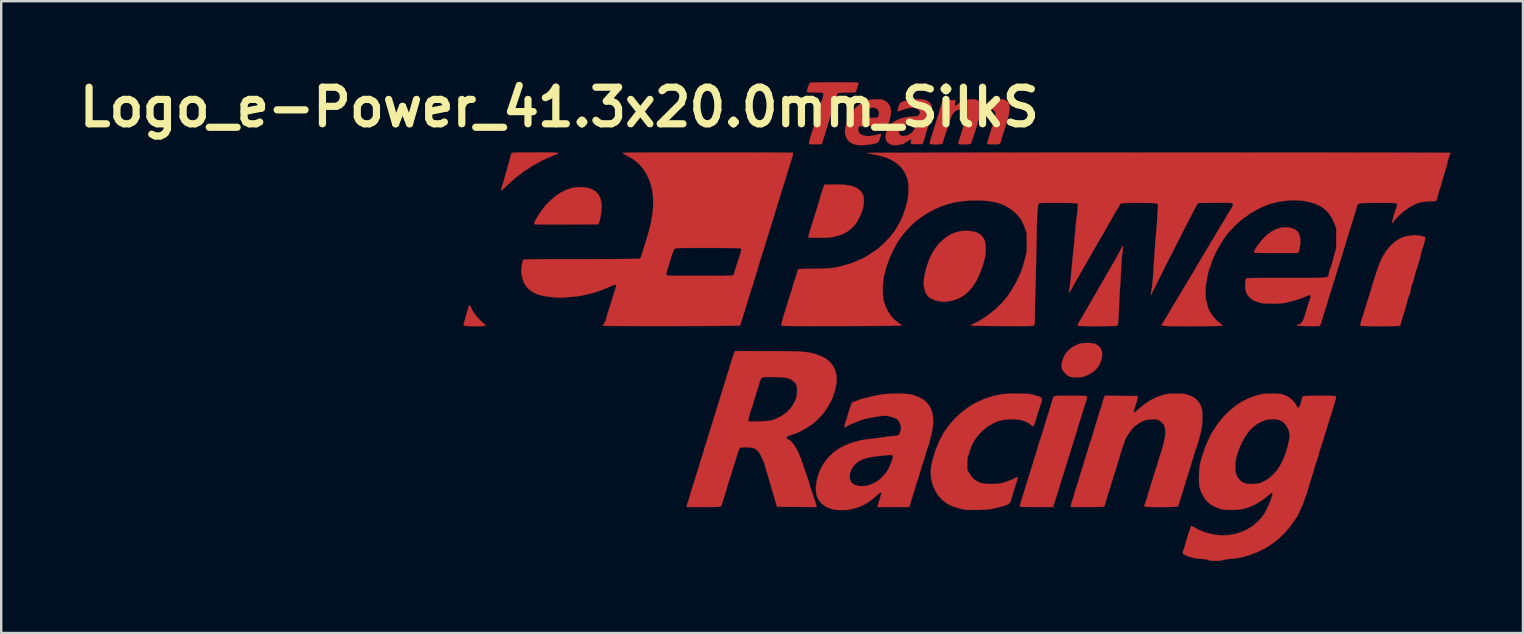
<source format=kicad_pcb>
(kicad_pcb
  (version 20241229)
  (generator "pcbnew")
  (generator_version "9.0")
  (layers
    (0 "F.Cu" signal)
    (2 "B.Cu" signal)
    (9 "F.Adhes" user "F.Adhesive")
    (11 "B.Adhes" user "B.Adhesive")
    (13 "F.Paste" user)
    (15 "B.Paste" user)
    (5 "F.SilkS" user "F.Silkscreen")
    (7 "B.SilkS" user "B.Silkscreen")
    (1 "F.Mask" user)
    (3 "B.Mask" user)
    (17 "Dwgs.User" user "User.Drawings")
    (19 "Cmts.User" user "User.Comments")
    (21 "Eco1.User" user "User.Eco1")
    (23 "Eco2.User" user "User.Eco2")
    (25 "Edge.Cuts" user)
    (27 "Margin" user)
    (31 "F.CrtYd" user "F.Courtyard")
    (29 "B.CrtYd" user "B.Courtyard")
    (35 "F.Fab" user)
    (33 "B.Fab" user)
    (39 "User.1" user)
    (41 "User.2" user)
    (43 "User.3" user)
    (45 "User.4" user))
  (footprint "Logo_e-Power_41.3x20.0mm_SilkS"
    (layer "F.Cu")
    (at 36.765 10.308)
    (property "Reference" "Logo_e-Power_41.3x20.0mm_SilkS" (at -16.51 -8.89 0) (layer "F.SilkS") (effects (font (size 1.524 1.524) (thickness 0.3))))
    (attr through_hole)
    (fp_poly (pts (xy 13.91 -3.876) (xy 14.063 -3.836) (xy 14.183 -3.772) (xy 14.273 -3.681) (xy 14.332 -3.562) (xy 14.361 -3.414) (xy 14.362 -3.237) (xy 14.355 -3.156) (xy 14.341 -3.06) (xy 14.323 -2.972) (xy 14.306 -2.905) (xy 14.3 -2.892) (xy 14.268 -2.815) (xy 13.358 -2.815) (xy 13.126 -2.816) (xy 12.924 -2.817) (xy 12.754 -2.819) (xy 12.618 -2.822) (xy 12.518 -2.826) (xy 12.457 -2.831) (xy 12.436 -2.836) (xy 12.436 -2.872) (xy 12.462 -2.932) (xy 12.507 -3.012) (xy 12.569 -3.105) (xy 12.643 -3.206) (xy 12.725 -3.308) (xy 12.809 -3.406) (xy 12.893 -3.494) (xy 12.971 -3.567) (xy 12.977 -3.571) (xy 13.171 -3.712) (xy 13.362 -3.811) (xy 13.553 -3.871) (xy 13.746 -3.89) (xy 13.91 -3.876)) (stroke (width 0.01) (type solid)) (fill yes) (layer "F.Cu"))
    (fp_poly (pts (xy -20.231 -0.626) (xy -20.207 -0.581) (xy -20.189 -0.54) (xy -20.129 -0.421) (xy -20.042 -0.288) (xy -19.935 -0.151) (xy -19.815 -0.019) (xy -19.691 0.098) (xy -19.636 0.142) (xy -19.6 0.178) (xy -19.588 0.207) (xy -19.589 0.211) (xy -19.614 0.219) (xy -19.674 0.225) (xy -19.761 0.229) (xy -19.866 0.232) (xy -19.983 0.233) (xy -20.103 0.233) (xy -20.219 0.231) (xy -20.322 0.228) (xy -20.406 0.223) (xy -20.463 0.216) (xy -20.483 0.21) (xy -20.491 0.201) (xy -20.495 0.189) (xy -20.495 0.17) (xy -20.489 0.136) (xy -20.476 0.082) (xy -20.455 0.004) (xy -20.424 -0.106) (xy -20.394 -0.212) (xy -20.351 -0.36) (xy -20.318 -0.472) (xy -20.293 -0.552) (xy -20.274 -0.604) (xy -20.259 -0.633) (xy -20.249 -0.642) (xy -20.231 -0.626)) (stroke (width 0.01) (type solid)) (fill yes) (layer "F.Cu"))
    (fp_poly (pts (xy 5.615 0.936) (xy 5.728 0.95) (xy 5.815 0.971) (xy 5.842 0.982) (xy 5.965 1.065) (xy 6.05 1.167) (xy 6.099 1.289) (xy 6.11 1.432) (xy 6.086 1.596) (xy 6.085 1.599) (xy 6.03 1.765) (xy 5.949 1.911) (xy 5.846 2.036) (xy 5.757 2.115) (xy 5.641 2.194) (xy 5.512 2.264) (xy 5.385 2.319) (xy 5.313 2.341) (xy 5.201 2.359) (xy 5.067 2.366) (xy 4.932 2.363) (xy 4.813 2.349) (xy 4.786 2.343) (xy 4.717 2.318) (xy 4.646 2.27) (xy 4.573 2.203) (xy 4.485 2.102) (xy 4.433 2.002) (xy 4.415 1.893) (xy 4.426 1.765) (xy 4.433 1.729) (xy 4.493 1.539) (xy 4.59 1.369) (xy 4.722 1.221) (xy 4.885 1.096) (xy 5.077 0.999) (xy 5.154 0.97) (xy 5.247 0.948) (xy 5.363 0.936) (xy 5.49 0.932) (xy 5.615 0.936)) (stroke (width 0.01) (type solid)) (fill yes) (layer "F.Cu"))
    (fp_poly (pts (xy -15.516 -5.558) (xy -15.313 -5.528) (xy -15.141 -5.469) (xy -15 -5.381) (xy -14.889 -5.265) (xy -14.81 -5.12) (xy -14.762 -4.947) (xy -14.746 -4.746) (xy -14.746 -4.741) (xy -14.751 -4.642) (xy -14.764 -4.523) (xy -14.783 -4.397) (xy -14.806 -4.274) (xy -14.831 -4.167) (xy -14.856 -4.086) (xy -14.865 -4.067) (xy -14.891 -4.011) (xy -16.218 -4.006) (xy -16.529 -4.005) (xy -16.8 -4.005) (xy -17.03 -4.005) (xy -17.219 -4.007) (xy -17.366 -4.009) (xy -17.472 -4.013) (xy -17.536 -4.017) (xy -17.558 -4.022) (xy -17.556 -4.055) (xy -17.533 -4.116) (xy -17.492 -4.199) (xy -17.436 -4.298) (xy -17.369 -4.407) (xy -17.295 -4.519) (xy -17.217 -4.629) (xy -17.139 -4.731) (xy -17.089 -4.791) (xy -16.983 -4.904) (xy -16.854 -5.025) (xy -16.715 -5.143) (xy -16.578 -5.248) (xy -16.454 -5.331) (xy -16.447 -5.335) (xy -16.216 -5.45) (xy -15.98 -5.525) (xy -15.748 -5.559) (xy -15.516 -5.558)) (stroke (width 0.01) (type solid)) (fill yes) (layer "F.Cu"))
    (fp_poly (pts (xy -17.047 -7.006) (xy -16.884 -7.005) (xy -16.757 -7.003) (xy -16.663 -6.999) (xy -16.599 -6.994) (xy -16.564 -6.986) (xy -16.555 -6.974) (xy -16.569 -6.96) (xy -16.605 -6.941) (xy -16.659 -6.918) (xy -16.73 -6.89) (xy -16.786 -6.869) (xy -17.197 -6.688) (xy -17.6 -6.469) (xy -17.988 -6.217) (xy -18.354 -5.936) (xy -18.691 -5.63) (xy -18.716 -5.606) (xy -18.791 -5.532) (xy -18.856 -5.474) (xy -18.905 -5.434) (xy -18.931 -5.419) (xy -18.934 -5.42) (xy -18.934 -5.448) (xy -18.921 -5.505) (xy -18.899 -5.579) (xy -18.894 -5.593) (xy -18.867 -5.675) (xy -18.835 -5.783) (xy -18.8 -5.904) (xy -18.768 -6.022) (xy -18.731 -6.156) (xy -18.69 -6.306) (xy -18.649 -6.452) (xy -18.621 -6.551) (xy -18.591 -6.656) (xy -18.564 -6.753) (xy -18.543 -6.832) (xy -18.532 -6.879) (xy -18.515 -6.937) (xy -18.496 -6.977) (xy -18.495 -6.98) (xy -18.48 -6.986) (xy -18.446 -6.992) (xy -18.389 -6.996) (xy -18.307 -7) (xy -18.197 -7.002) (xy -18.055 -7.004) (xy -17.878 -7.005) (xy -17.665 -7.006) (xy -17.487 -7.006) (xy -17.247 -7.006) (xy -17.047 -7.006)) (stroke (width 0.01) (type solid)) (fill yes) (layer "F.Cu"))
    (fp_poly (pts (xy 0.686 -3.721) (xy 0.836 -3.686) (xy 0.938 -3.644) (xy 1.057 -3.563) (xy 1.147 -3.463) (xy 1.209 -3.34) (xy 1.245 -3.189) (xy 1.257 -3.006) (xy 1.257 -2.985) (xy 1.254 -2.864) (xy 1.243 -2.75) (xy 1.223 -2.633) (xy 1.192 -2.504) (xy 1.148 -2.354) (xy 1.095 -2.191) (xy 0.978 -1.884) (xy 0.844 -1.617) (xy 0.692 -1.387) (xy 0.522 -1.195) (xy 0.334 -1.04) (xy 0.127 -0.923) (xy -0.099 -0.843) (xy -0.282 -0.806) (xy -0.387 -0.793) (xy -0.468 -0.787) (xy -0.541 -0.789) (xy -0.625 -0.798) (xy -0.667 -0.804) (xy -0.852 -0.845) (xy -1.005 -0.907) (xy -1.123 -0.989) (xy -1.184 -1.057) (xy -1.255 -1.187) (xy -1.303 -1.342) (xy -1.327 -1.51) (xy -1.324 -1.679) (xy -1.315 -1.746) (xy -1.275 -1.951) (xy -1.235 -2.126) (xy -1.191 -2.283) (xy -1.14 -2.433) (xy -1.098 -2.543) (xy -0.98 -2.793) (xy -0.837 -3.022) (xy -0.672 -3.225) (xy -0.488 -3.4) (xy -0.29 -3.542) (xy -0.082 -3.647) (xy 0 -3.676) (xy 0.163 -3.716) (xy 0.338 -3.737) (xy 0.516 -3.738) (xy 0.686 -3.721)) (stroke (width 0.01) (type solid)) (fill yes) (layer "F.Cu"))
    (fp_poly (pts (xy -4.821 -5.667) (xy -4.601 -5.654) (xy -4.414 -5.629) (xy -4.258 -5.589) (xy -4.129 -5.533) (xy -4.023 -5.461) (xy -3.938 -5.372) (xy -3.869 -5.265) (xy -3.845 -5.211) (xy -3.831 -5.155) (xy -3.824 -5.081) (xy -3.823 -4.985) (xy -3.828 -4.869) (xy -3.842 -4.763) (xy -3.868 -4.654) (xy -3.909 -4.532) (xy -3.966 -4.39) (xy -4.037 -4.234) (xy -4.111 -4.107) (xy -4.197 -3.992) (xy -4.252 -3.93) (xy -4.386 -3.8) (xy -4.527 -3.697) (xy -4.682 -3.614) (xy -4.862 -3.548) (xy -5.03 -3.503) (xy -5.111 -3.485) (xy -5.183 -3.471) (xy -5.256 -3.462) (xy -5.338 -3.456) (xy -5.437 -3.452) (xy -5.563 -3.45) (xy -5.696 -3.45) (xy -5.861 -3.451) (xy -5.986 -3.454) (xy -6.072 -3.458) (xy -6.123 -3.465) (xy -6.138 -3.474) (xy -6.133 -3.502) (xy -6.117 -3.564) (xy -6.089 -3.66) (xy -6.05 -3.791) (xy -5.998 -3.96) (xy -5.934 -4.167) (xy -5.927 -4.191) (xy -5.882 -4.336) (xy -5.831 -4.499) (xy -5.78 -4.662) (xy -5.735 -4.805) (xy -5.729 -4.826) (xy -5.694 -4.94) (xy -5.663 -5.045) (xy -5.638 -5.132) (xy -5.622 -5.192) (xy -5.619 -5.207) (xy -5.605 -5.263) (xy -5.592 -5.3) (xy -5.591 -5.302) (xy -5.579 -5.331) (xy -5.558 -5.389) (xy -5.532 -5.466) (xy -5.524 -5.493) (xy -5.47 -5.662) (xy -5.079 -5.668) (xy -4.821 -5.667)) (stroke (width 0.01) (type solid)) (fill yes) (layer "F.Cu"))
    (fp_poly (pts (xy 6.976 -3.068) (xy 6.975 -3.008) (xy 6.963 -2.907) (xy 6.943 -2.783) (xy 6.936 -2.731) (xy 6.929 -2.644) (xy 6.92 -2.531) (xy 6.912 -2.399) (xy 6.904 -2.256) (xy 6.901 -2.201) (xy 6.893 -2.042) (xy 6.884 -1.877) (xy 6.874 -1.718) (xy 6.865 -1.576) (xy 6.857 -1.463) (xy 6.856 -1.45) (xy 6.849 -1.346) (xy 6.841 -1.21) (xy 6.832 -1.053) (xy 6.824 -0.887) (xy 6.816 -0.721) (xy 6.813 -0.667) (xy 6.804 -0.45) (xy 6.796 -0.271) (xy 6.788 -0.128) (xy 6.781 -0.016) (xy 6.774 0.069) (xy 6.768 0.131) (xy 6.761 0.172) (xy 6.753 0.197) (xy 6.747 0.206) (xy 6.722 0.213) (xy 6.66 0.218) (xy 6.567 0.223) (xy 6.448 0.227) (xy 6.31 0.23) (xy 6.159 0.232) (xy 5.998 0.234) (xy 5.835 0.234) (xy 5.675 0.234) (xy 5.524 0.233) (xy 5.386 0.231) (xy 5.269 0.227) (xy 5.176 0.223) (xy 5.115 0.218) (xy 5.091 0.212) (xy 5.091 0.212) (xy 5.091 0.186) (xy 5.11 0.137) (xy 5.15 0.061) (xy 5.211 -0.045) (xy 5.295 -0.182) (xy 5.308 -0.201) (xy 5.338 -0.255) (xy 5.356 -0.294) (xy 5.381 -0.342) (xy 5.419 -0.405) (xy 5.441 -0.438) (xy 5.476 -0.493) (xy 5.499 -0.532) (xy 5.503 -0.543) (xy 5.514 -0.565) (xy 5.541 -0.615) (xy 5.581 -0.684) (xy 5.609 -0.73) (xy 5.655 -0.806) (xy 5.69 -0.869) (xy 5.711 -0.908) (xy 5.715 -0.917) (xy 5.726 -0.94) (xy 5.753 -0.986) (xy 5.775 -1.02) (xy 5.816 -1.086) (xy 5.866 -1.17) (xy 5.914 -1.257) (xy 5.916 -1.259) (xy 5.956 -1.332) (xy 5.99 -1.392) (xy 6.011 -1.427) (xy 6.014 -1.431) (xy 6.032 -1.459) (xy 6.065 -1.514) (xy 6.105 -1.584) (xy 6.113 -1.6) (xy 6.149 -1.663) (xy 6.198 -1.749) (xy 6.256 -1.851) (xy 6.32 -1.962) (xy 6.385 -2.074) (xy 6.447 -2.182) (xy 6.502 -2.276) (xy 6.546 -2.352) (xy 6.575 -2.401) (xy 6.582 -2.413) (xy 6.62 -2.477) (xy 6.671 -2.567) (xy 6.729 -2.672) (xy 6.786 -2.78) (xy 6.838 -2.879) (xy 6.861 -2.926) (xy 6.909 -3.018) (xy 6.943 -3.072) (xy 6.966 -3.089) (xy 6.976 -3.068)) (stroke (width 0.01) (type solid)) (fill yes) (layer "F.Cu"))
    (fp_poly (pts (xy -3.194 -9.217) (xy -3.116 -9.213) (xy -3.06 -9.205) (xy -3.012 -9.19) (xy -2.963 -9.167) (xy -2.949 -9.16) (xy -2.833 -9.078) (xy -2.751 -8.971) (xy -2.704 -8.84) (xy -2.691 -8.684) (xy -2.712 -8.505) (xy -2.759 -8.329) (xy -2.828 -8.117) (xy -3.424 -8.112) (xy -3.599 -8.11) (xy -3.736 -8.108) (xy -3.84 -8.106) (xy -3.916 -8.103) (xy -3.969 -8.098) (xy -4.003 -8.092) (xy -4.024 -8.084) (xy -4.037 -8.074) (xy -4.044 -8.063) (xy -4.057 -8.001) (xy -4.05 -7.923) (xy -4.024 -7.845) (xy -3.997 -7.801) (xy -3.944 -7.758) (xy -3.861 -7.72) (xy -3.836 -7.713) (xy -3.716 -7.689) (xy -3.582 -7.688) (xy -3.429 -7.708) (xy -3.251 -7.752) (xy -3.159 -7.779) (xy -3.123 -7.784) (xy -3.112 -7.761) (xy -3.111 -7.754) (xy -3.119 -7.708) (xy -3.138 -7.64) (xy -3.164 -7.564) (xy -3.192 -7.495) (xy -3.216 -7.447) (xy -3.224 -7.436) (xy -3.275 -7.406) (xy -3.359 -7.378) (xy -3.468 -7.354) (xy -3.595 -7.335) (xy -3.729 -7.32) (xy -3.863 -7.312) (xy -3.988 -7.311) (xy -4.095 -7.319) (xy -4.159 -7.331) (xy -4.307 -7.381) (xy -4.419 -7.447) (xy -4.501 -7.534) (xy -4.56 -7.648) (xy -4.587 -7.731) (xy -4.603 -7.809) (xy -4.609 -7.884) (xy -4.604 -7.966) (xy -4.586 -8.064) (xy -4.555 -8.185) (xy -4.518 -8.309) (xy -4.439 -8.501) (xy -3.909 -8.501) (xy -3.896 -8.467) (xy -3.893 -8.465) (xy -3.862 -8.458) (xy -3.797 -8.452) (xy -3.707 -8.448) (xy -3.6 -8.446) (xy -3.564 -8.446) (xy -3.437 -8.447) (xy -3.347 -8.45) (xy -3.288 -8.456) (xy -3.253 -8.466) (xy -3.24 -8.475) (xy -3.198 -8.556) (xy -3.188 -8.647) (xy -3.209 -8.736) (xy -3.259 -8.809) (xy -3.281 -8.826) (xy -3.368 -8.872) (xy -3.456 -8.882) (xy -3.555 -8.855) (xy -3.569 -8.849) (xy -3.649 -8.805) (xy -3.726 -8.747) (xy -3.796 -8.681) (xy -3.853 -8.614) (xy -3.893 -8.552) (xy -3.909 -8.501) (xy -4.439 -8.501) (xy -4.436 -8.508) (xy -4.318 -8.696) (xy -4.17 -8.865) (xy -3.997 -9.007) (xy -3.916 -9.059) (xy -3.791 -9.127) (xy -3.679 -9.173) (xy -3.566 -9.201) (xy -3.438 -9.215) (xy -3.302 -9.218) (xy -3.194 -9.217)) (stroke (width 0.01) (type solid)) (fill yes) (layer "F.Cu"))
    (fp_poly (pts (xy 19.216 -3.552) (xy 19.316 -3.54) (xy 19.412 -3.523) (xy 19.494 -3.503) (xy 19.55 -3.482) (xy 19.565 -3.473) (xy 19.567 -3.446) (xy 19.56 -3.389) (xy 19.545 -3.313) (xy 19.525 -3.228) (xy 19.503 -3.144) (xy 19.479 -3.072) (xy 19.466 -3.037) (xy 19.437 -2.96) (xy 19.407 -2.856) (xy 19.381 -2.742) (xy 19.369 -2.678) (xy 19.352 -2.602) (xy 19.328 -2.519) (xy 19.321 -2.498) (xy 19.296 -2.422) (xy 19.267 -2.331) (xy 19.25 -2.275) (xy 19.228 -2.201) (xy 19.207 -2.137) (xy 19.196 -2.106) (xy 19.184 -2.069) (xy 19.164 -2.001) (xy 19.141 -1.913) (xy 19.122 -1.841) (xy 19.097 -1.744) (xy 19.072 -1.658) (xy 19.051 -1.593) (xy 19.04 -1.566) (xy 19.021 -1.517) (xy 18.999 -1.441) (xy 18.976 -1.355) (xy 18.957 -1.27) (xy 18.946 -1.204) (xy 18.944 -1.179) (xy 18.935 -1.136) (xy 18.911 -1.078) (xy 18.904 -1.063) (xy 18.872 -0.99) (xy 18.844 -0.907) (xy 18.839 -0.889) (xy 18.796 -0.721) (xy 18.759 -0.579) (xy 18.728 -0.467) (xy 18.706 -0.389) (xy 18.693 -0.349) (xy 18.677 -0.304) (xy 18.653 -0.229) (xy 18.625 -0.137) (xy 18.597 -0.038) (xy 18.57 0.056) (xy 18.563 0.085) (xy 18.543 0.148) (xy 18.523 0.195) (xy 18.516 0.206) (xy 18.5 0.214) (xy 18.464 0.219) (xy 18.404 0.224) (xy 18.317 0.228) (xy 18.2 0.23) (xy 18.049 0.232) (xy 17.862 0.232) (xy 17.698 0.233) (xy 17.518 0.232) (xy 17.35 0.231) (xy 17.201 0.229) (xy 17.073 0.226) (xy 16.974 0.223) (xy 16.906 0.219) (xy 16.875 0.215) (xy 16.874 0.215) (xy 16.865 0.198) (xy 16.866 0.163) (xy 16.879 0.103) (xy 16.906 0.012) (xy 16.92 -0.033) (xy 16.958 -0.154) (xy 17.002 -0.294) (xy 17.045 -0.434) (xy 17.071 -0.519) (xy 17.106 -0.631) (xy 17.141 -0.742) (xy 17.171 -0.838) (xy 17.191 -0.9) (xy 17.216 -0.977) (xy 17.247 -1.079) (xy 17.279 -1.188) (xy 17.294 -1.238) (xy 17.327 -1.352) (xy 17.364 -1.474) (xy 17.399 -1.584) (xy 17.41 -1.619) (xy 17.437 -1.703) (xy 17.473 -1.814) (xy 17.513 -1.94) (xy 17.553 -2.066) (xy 17.562 -2.095) (xy 17.672 -2.401) (xy 17.799 -2.67) (xy 17.944 -2.903) (xy 18.108 -3.102) (xy 18.292 -3.269) (xy 18.415 -3.357) (xy 18.483 -3.398) (xy 18.547 -3.433) (xy 18.572 -3.445) (xy 18.681 -3.484) (xy 18.815 -3.517) (xy 18.956 -3.542) (xy 19.087 -3.555) (xy 19.125 -3.556) (xy 19.216 -3.552)) (stroke (width 0.01) (type solid)) (fill yes) (layer "F.Cu"))
    (fp_poly (pts (xy -4.813 -9.927) (xy -4.62 -9.927) (xy -4.462 -9.926) (xy -4.335 -9.925) (xy -4.237 -9.923) (xy -4.163 -9.921) (xy -4.111 -9.917) (xy -4.077 -9.913) (xy -4.056 -9.907) (xy -4.046 -9.9) (xy -4.043 -9.892) (xy -4.043 -9.89) (xy -4.05 -9.854) (xy -4.068 -9.79) (xy -4.094 -9.71) (xy -4.103 -9.684) (xy -4.162 -9.514) (xy -4.525 -9.504) (xy -4.646 -9.499) (xy -4.752 -9.493) (xy -4.835 -9.486) (xy -4.89 -9.478) (xy -4.907 -9.472) (xy -4.922 -9.443) (xy -4.943 -9.384) (xy -4.968 -9.308) (xy -4.972 -9.292) (xy -4.999 -9.204) (xy -5.026 -9.122) (xy -5.047 -9.062) (xy -5.048 -9.059) (xy -5.068 -9.003) (xy -5.093 -8.922) (xy -5.119 -8.831) (xy -5.123 -8.816) (xy -5.152 -8.713) (xy -5.188 -8.592) (xy -5.224 -8.477) (xy -5.231 -8.456) (xy -5.272 -8.329) (xy -5.307 -8.22) (xy -5.34 -8.112) (xy -5.376 -7.988) (xy -5.397 -7.916) (xy -5.424 -7.828) (xy -5.449 -7.746) (xy -5.469 -7.686) (xy -5.47 -7.684) (xy -5.492 -7.622) (xy -5.519 -7.541) (xy -5.537 -7.482) (xy -5.577 -7.355) (xy -5.835 -7.349) (xy -5.964 -7.349) (xy -6.053 -7.353) (xy -6.1 -7.362) (xy -6.107 -7.367) (xy -6.108 -7.397) (xy -6.098 -7.456) (xy -6.079 -7.531) (xy -6.075 -7.542) (xy -6.048 -7.632) (xy -6.014 -7.744) (xy -5.979 -7.859) (xy -5.965 -7.906) (xy -5.933 -8.009) (xy -5.901 -8.11) (xy -5.873 -8.194) (xy -5.862 -8.226) (xy -5.835 -8.309) (xy -5.806 -8.407) (xy -5.79 -8.47) (xy -5.769 -8.546) (xy -5.75 -8.612) (xy -5.737 -8.647) (xy -5.721 -8.69) (xy -5.698 -8.762) (xy -5.672 -8.849) (xy -5.646 -8.938) (xy -5.626 -9.016) (xy -5.618 -9.049) (xy -5.603 -9.101) (xy -5.588 -9.133) (xy -5.569 -9.174) (xy -5.546 -9.241) (xy -5.524 -9.316) (xy -5.508 -9.385) (xy -5.503 -9.426) (xy -5.516 -9.471) (xy -5.537 -9.491) (xy -5.569 -9.496) (xy -5.635 -9.499) (xy -5.727 -9.502) (xy -5.835 -9.504) (xy -5.876 -9.504) (xy -6.002 -9.505) (xy -6.091 -9.508) (xy -6.149 -9.513) (xy -6.182 -9.522) (xy -6.193 -9.533) (xy -6.191 -9.566) (xy -6.177 -9.625) (xy -6.155 -9.7) (xy -6.128 -9.777) (xy -6.101 -9.845) (xy -6.078 -9.891) (xy -6.073 -9.898) (xy -6.06 -9.905) (xy -6.034 -9.911) (xy -5.99 -9.916) (xy -5.926 -9.919) (xy -5.838 -9.922) (xy -5.722 -9.924) (xy -5.575 -9.926) (xy -5.395 -9.927) (xy -5.177 -9.927) (xy -5.046 -9.927) (xy -4.813 -9.927)) (stroke (width 0.01) (type solid)) (fill yes) (layer "F.Cu"))
    (fp_poly (pts (xy 4.986 3.133) (xy 5.135 3.134) (xy 5.249 3.135) (xy 5.335 3.137) (xy 5.395 3.141) (xy 5.435 3.146) (xy 5.46 3.152) (xy 5.472 3.161) (xy 5.476 3.167) (xy 5.475 3.201) (xy 5.462 3.264) (xy 5.439 3.348) (xy 5.414 3.427) (xy 5.379 3.534) (xy 5.344 3.641) (xy 5.316 3.734) (xy 5.303 3.778) (xy 5.257 3.936) (xy 5.214 4.073) (xy 5.178 4.183) (xy 5.152 4.255) (xy 5.132 4.312) (xy 5.107 4.394) (xy 5.083 4.483) (xy 5.082 4.487) (xy 5.056 4.585) (xy 5.022 4.7) (xy 4.986 4.812) (xy 4.978 4.837) (xy 4.945 4.939) (xy 4.911 5.044) (xy 4.884 5.133) (xy 4.878 5.154) (xy 4.854 5.236) (xy 4.822 5.339) (xy 4.789 5.443) (xy 4.783 5.461) (xy 4.752 5.558) (xy 4.722 5.655) (xy 4.698 5.733) (xy 4.693 5.747) (xy 4.654 5.878) (xy 4.609 6.023) (xy 4.563 6.172) (xy 4.518 6.315) (xy 4.477 6.443) (xy 4.444 6.545) (xy 4.432 6.583) (xy 4.402 6.672) (xy 4.376 6.758) (xy 4.357 6.823) (xy 4.356 6.826) (xy 4.344 6.872) (xy 4.32 6.95) (xy 4.288 7.054) (xy 4.25 7.175) (xy 4.208 7.307) (xy 4.198 7.34) (xy 4.061 7.768) (xy 3.377 7.768) (xy 3.179 7.768) (xy 3.019 7.767) (xy 2.895 7.764) (xy 2.803 7.761) (xy 2.74 7.757) (xy 2.701 7.751) (xy 2.684 7.744) (xy 2.683 7.742) (xy 2.685 7.712) (xy 2.699 7.651) (xy 2.72 7.568) (xy 2.746 7.482) (xy 2.785 7.356) (xy 2.83 7.212) (xy 2.872 7.074) (xy 2.89 7.017) (xy 2.937 6.864) (xy 2.986 6.707) (xy 3.034 6.552) (xy 3.079 6.406) (xy 3.12 6.275) (xy 3.155 6.164) (xy 3.182 6.079) (xy 3.198 6.028) (xy 3.2 6.022) (xy 3.218 5.963) (xy 3.24 5.887) (xy 3.25 5.853) (xy 3.273 5.771) (xy 3.304 5.677) (xy 3.324 5.62) (xy 3.355 5.528) (xy 3.384 5.429) (xy 3.398 5.376) (xy 3.417 5.302) (xy 3.446 5.205) (xy 3.479 5.102) (xy 3.49 5.069) (xy 3.52 4.976) (xy 3.56 4.854) (xy 3.605 4.712) (xy 3.652 4.562) (xy 3.698 4.414) (xy 3.739 4.279) (xy 3.772 4.168) (xy 3.778 4.149) (xy 3.797 4.086) (xy 3.825 3.998) (xy 3.856 3.899) (xy 3.872 3.852) (xy 3.909 3.735) (xy 3.948 3.603) (xy 3.983 3.48) (xy 3.991 3.453) (xy 4.025 3.332) (xy 4.053 3.247) (xy 4.079 3.191) (xy 4.104 3.157) (xy 4.115 3.149) (xy 4.141 3.145) (xy 4.204 3.142) (xy 4.299 3.138) (xy 4.421 3.136) (xy 4.563 3.134) (xy 4.721 3.133) (xy 4.8 3.133) (xy 4.986 3.133)) (stroke (width 0.01) (type solid)) (fill yes) (layer "F.Cu"))
    (fp_poly (pts (xy -1.49 -9.224) (xy -1.332 -9.206) (xy -1.207 -9.169) (xy -1.111 -9.11) (xy -1.039 -9.029) (xy -1.012 -8.982) (xy -0.995 -8.936) (xy -0.987 -8.878) (xy -0.985 -8.794) (xy -0.984 -8.765) (xy -0.991 -8.626) (xy -1.011 -8.516) (xy -1.02 -8.488) (xy -1.043 -8.42) (xy -1.071 -8.33) (xy -1.098 -8.234) (xy -1.101 -8.223) (xy -1.127 -8.135) (xy -1.152 -8.055) (xy -1.173 -7.998) (xy -1.176 -7.99) (xy -1.193 -7.943) (xy -1.217 -7.867) (xy -1.244 -7.774) (xy -1.259 -7.715) (xy -1.287 -7.617) (xy -1.315 -7.526) (xy -1.339 -7.456) (xy -1.351 -7.429) (xy -1.386 -7.355) (xy -1.63 -7.355) (xy -1.736 -7.355) (xy -1.806 -7.357) (xy -1.846 -7.365) (xy -1.864 -7.384) (xy -1.864 -7.418) (xy -1.854 -7.47) (xy -1.848 -7.498) (xy -1.845 -7.539) (xy -1.861 -7.553) (xy -1.898 -7.54) (xy -1.962 -7.5) (xy -1.987 -7.483) (xy -2.065 -7.432) (xy -2.149 -7.384) (xy -2.19 -7.364) (xy -2.281 -7.336) (xy -2.393 -7.317) (xy -2.509 -7.31) (xy -2.613 -7.315) (xy -2.666 -7.326) (xy -2.77 -7.376) (xy -2.852 -7.452) (xy -2.904 -7.546) (xy -2.92 -7.635) (xy -2.914 -7.709) (xy -2.895 -7.799) (xy -2.871 -7.882) (xy -2.365 -7.882) (xy -2.361 -7.801) (xy -2.324 -7.74) (xy -2.258 -7.701) (xy -2.167 -7.687) (xy -2.055 -7.702) (xy -2 -7.719) (xy -1.89 -7.776) (xy -1.787 -7.867) (xy -1.703 -7.983) (xy -1.673 -8.04) (xy -1.643 -8.113) (xy -1.634 -8.165) (xy -1.648 -8.199) (xy -1.69 -8.215) (xy -1.764 -8.217) (xy -1.873 -8.207) (xy -1.958 -8.195) (xy -2.109 -8.16) (xy -2.224 -8.103) (xy -2.306 -8.024) (xy -2.333 -7.979) (xy -2.365 -7.882) (xy -2.871 -7.882) (xy -2.87 -7.888) (xy -2.841 -7.96) (xy -2.827 -7.985) (xy -2.802 -8.032) (xy -2.794 -8.065) (xy -2.777 -8.101) (xy -2.731 -8.15) (xy -2.664 -8.209) (xy -2.585 -8.268) (xy -2.5 -8.323) (xy -2.436 -8.358) (xy -2.3 -8.414) (xy -2.142 -8.456) (xy -1.957 -8.486) (xy -1.794 -8.501) (xy -1.692 -8.509) (xy -1.623 -8.518) (xy -1.578 -8.531) (xy -1.546 -8.55) (xy -1.53 -8.564) (xy -1.488 -8.629) (xy -1.483 -8.695) (xy -1.512 -8.757) (xy -1.569 -8.81) (xy -1.649 -8.85) (xy -1.75 -8.87) (xy -1.797 -8.872) (xy -1.89 -8.863) (xy -2.002 -8.844) (xy -2.118 -8.816) (xy -2.223 -8.784) (xy -2.298 -8.753) (xy -2.36 -8.727) (xy -2.4 -8.722) (xy -2.412 -8.737) (xy -2.404 -8.789) (xy -2.386 -8.862) (xy -2.362 -8.941) (xy -2.338 -9.009) (xy -2.319 -9.049) (xy -2.274 -9.088) (xy -2.194 -9.124) (xy -2.088 -9.157) (xy -1.961 -9.186) (xy -1.824 -9.208) (xy -1.682 -9.221) (xy -1.545 -9.225) (xy -1.49 -9.224)) (stroke (width 0.01) (type solid)) (fill yes) (layer "F.Cu"))
    (fp_poly (pts (xy 1.975 -9.218) (xy 2.086 -9.184) (xy 2.167 -9.125) (xy 2.221 -9.039) (xy 2.243 -8.969) (xy 2.252 -8.857) (xy 2.24 -8.71) (xy 2.205 -8.53) (xy 2.148 -8.317) (xy 2.096 -8.149) (xy 2.061 -8.041) (xy 2.024 -7.924) (xy 1.992 -7.821) (xy 1.988 -7.811) (xy 1.961 -7.719) (xy 1.934 -7.631) (xy 1.913 -7.563) (xy 1.912 -7.561) (xy 1.895 -7.5) (xy 1.885 -7.453) (xy 1.884 -7.443) (xy 1.869 -7.408) (xy 1.845 -7.38) (xy 1.819 -7.364) (xy 1.778 -7.353) (xy 1.713 -7.347) (xy 1.618 -7.345) (xy 1.571 -7.345) (xy 1.466 -7.347) (xy 1.385 -7.352) (xy 1.335 -7.36) (xy 1.322 -7.367) (xy 1.322 -7.39) (xy 1.333 -7.441) (xy 1.355 -7.523) (xy 1.389 -7.638) (xy 1.435 -7.788) (xy 1.495 -7.974) (xy 1.545 -8.128) (xy 1.598 -8.294) (xy 1.634 -8.426) (xy 1.655 -8.53) (xy 1.66 -8.611) (xy 1.651 -8.674) (xy 1.628 -8.725) (xy 1.603 -8.758) (xy 1.569 -8.786) (xy 1.524 -8.8) (xy 1.455 -8.805) (xy 1.433 -8.805) (xy 1.355 -8.802) (xy 1.299 -8.788) (xy 1.243 -8.756) (xy 1.205 -8.728) (xy 1.139 -8.67) (xy 1.082 -8.601) (xy 1.03 -8.514) (xy 0.98 -8.405) (xy 0.93 -8.265) (xy 0.878 -8.096) (xy 0.843 -7.981) (xy 0.805 -7.859) (xy 0.765 -7.736) (xy 0.726 -7.621) (xy 0.69 -7.519) (xy 0.661 -7.439) (xy 0.64 -7.387) (xy 0.632 -7.373) (xy 0.603 -7.362) (xy 0.543 -7.353) (xy 0.462 -7.347) (xy 0.371 -7.344) (xy 0.281 -7.344) (xy 0.202 -7.347) (xy 0.144 -7.354) (xy 0.118 -7.364) (xy 0.118 -7.392) (xy 0.13 -7.448) (xy 0.151 -7.522) (xy 0.156 -7.538) (xy 0.184 -7.625) (xy 0.219 -7.736) (xy 0.256 -7.854) (xy 0.282 -7.938) (xy 0.338 -8.12) (xy 0.382 -8.266) (xy 0.416 -8.382) (xy 0.44 -8.471) (xy 0.455 -8.54) (xy 0.462 -8.591) (xy 0.462 -8.631) (xy 0.457 -8.663) (xy 0.447 -8.693) (xy 0.444 -8.7) (xy 0.412 -8.756) (xy 0.366 -8.788) (xy 0.295 -8.803) (xy 0.231 -8.805) (xy 0.123 -8.793) (xy 0.032 -8.754) (xy -0.021 -8.718) (xy -0.068 -8.675) (xy -0.112 -8.62) (xy -0.154 -8.549) (xy -0.196 -8.458) (xy -0.241 -8.342) (xy -0.29 -8.198) (xy -0.345 -8.021) (xy -0.407 -7.811) (xy -0.43 -7.739) (xy -0.457 -7.673) (xy -0.479 -7.613) (xy -0.501 -7.536) (xy -0.509 -7.504) (xy -0.526 -7.438) (xy -0.545 -7.387) (xy -0.554 -7.372) (xy -0.583 -7.361) (xy -0.643 -7.353) (xy -0.724 -7.347) (xy -0.815 -7.344) (xy -0.905 -7.345) (xy -0.984 -7.348) (xy -1.042 -7.355) (xy -1.068 -7.365) (xy -1.071 -7.401) (xy -1.059 -7.472) (xy -1.034 -7.571) (xy -0.995 -7.694) (xy -0.974 -7.758) (xy -0.946 -7.842) (xy -0.91 -7.954) (xy -0.871 -8.08) (xy -0.833 -8.206) (xy -0.825 -8.234) (xy -0.793 -8.343) (xy -0.764 -8.437) (xy -0.74 -8.51) (xy -0.724 -8.554) (xy -0.72 -8.562) (xy -0.709 -8.591) (xy -0.691 -8.65) (xy -0.669 -8.73) (xy -0.657 -8.774) (xy -0.63 -8.875) (xy -0.601 -8.975) (xy -0.574 -9.057) (xy -0.567 -9.075) (xy -0.524 -9.186) (xy 0.006 -9.186) (xy -0.007 -9.118) (xy -0.02 -9.053) (xy -0.033 -9.001) (xy -0.035 -8.963) (xy -0.01 -8.955) (xy 0.039 -8.977) (xy 0.098 -9.02) (xy 0.25 -9.119) (xy 0.419 -9.187) (xy 0.596 -9.223) (xy 0.769 -9.223) (xy 0.792 -9.219) (xy 0.888 -9.189) (xy 0.972 -9.133) (xy 1.033 -9.06) (xy 1.054 -9.01) (xy 1.082 -8.954) (xy 1.125 -8.937) (xy 1.183 -8.96) (xy 1.236 -9.003) (xy 1.371 -9.103) (xy 1.532 -9.177) (xy 1.706 -9.219) (xy 1.831 -9.228) (xy 1.975 -9.218)) (stroke (width 0.01) (type solid)) (fill yes) (layer "F.Cu"))
    (fp_poly (pts (xy 2.551 3.042) (xy 2.713 3.043) (xy 2.841 3.045) (xy 2.942 3.048) (xy 3.023 3.054) (xy 3.092 3.062) (xy 3.156 3.074) (xy 3.222 3.09) (xy 3.227 3.091) (xy 3.324 3.117) (xy 3.418 3.145) (xy 3.491 3.17) (xy 3.508 3.177) (xy 3.561 3.205) (xy 3.59 3.238) (xy 3.598 3.285) (xy 3.585 3.355) (xy 3.558 3.445) (xy 3.51 3.592) (xy 3.459 3.752) (xy 3.409 3.915) (xy 3.363 4.065) (xy 3.326 4.19) (xy 3.321 4.209) (xy 3.296 4.291) (xy 3.27 4.355) (xy 3.249 4.392) (xy 3.243 4.397) (xy 3.209 4.392) (xy 3.169 4.367) (xy 3.027 4.262) (xy 2.87 4.186) (xy 2.692 4.137) (xy 2.489 4.113) (xy 2.278 4.112) (xy 2.108 4.122) (xy 1.966 4.14) (xy 1.84 4.169) (xy 1.715 4.212) (xy 1.578 4.272) (xy 1.576 4.273) (xy 1.376 4.387) (xy 1.186 4.531) (xy 1.012 4.698) (xy 0.859 4.882) (xy 0.735 5.076) (xy 0.644 5.273) (xy 0.617 5.355) (xy 0.599 5.413) (xy 0.572 5.493) (xy 0.542 5.577) (xy 0.517 5.652) (xy 0.501 5.721) (xy 0.492 5.796) (xy 0.488 5.893) (xy 0.488 5.969) (xy 0.487 6.212) (xy 0.571 6.364) (xy 0.67 6.511) (xy 0.787 6.625) (xy 0.931 6.713) (xy 0.998 6.743) (xy 1.058 6.766) (xy 1.11 6.783) (xy 1.162 6.794) (xy 1.223 6.801) (xy 1.303 6.804) (xy 1.41 6.805) (xy 1.492 6.805) (xy 1.62 6.804) (xy 1.716 6.803) (xy 1.792 6.798) (xy 1.857 6.788) (xy 1.924 6.772) (xy 2.002 6.749) (xy 2.085 6.722) (xy 2.195 6.685) (xy 2.302 6.645) (xy 2.393 6.607) (xy 2.45 6.58) (xy 2.511 6.548) (xy 2.556 6.526) (xy 2.572 6.519) (xy 2.583 6.538) (xy 2.576 6.594) (xy 2.553 6.688) (xy 2.513 6.819) (xy 2.49 6.89) (xy 2.45 7.013) (xy 2.41 7.142) (xy 2.375 7.263) (xy 2.35 7.355) (xy 2.307 7.49) (xy 2.259 7.586) (xy 2.202 7.648) (xy 2.138 7.677) (xy 2.089 7.692) (xy 2.064 7.705) (xy 2.031 7.718) (xy 1.961 7.739) (xy 1.856 7.766) (xy 1.719 7.798) (xy 1.555 7.835) (xy 1.513 7.844) (xy 1.433 7.859) (xy 1.336 7.87) (xy 1.218 7.878) (xy 1.07 7.883) (xy 0.889 7.887) (xy 0.752 7.888) (xy 0.628 7.888) (xy 0.523 7.887) (xy 0.444 7.886) (xy 0.398 7.883) (xy 0.392 7.882) (xy 0.183 7.831) (xy 0.015 7.785) (xy -0.051 7.765) (xy -0.24 7.687) (xy -0.421 7.576) (xy -0.584 7.44) (xy -0.722 7.285) (xy -0.826 7.119) (xy -0.831 7.11) (xy -0.886 6.994) (xy -0.925 6.905) (xy -0.954 6.829) (xy -0.977 6.755) (xy -0.998 6.671) (xy -1.006 6.637) (xy -1.025 6.507) (xy -1.033 6.356) (xy -1.03 6.202) (xy -1.015 6.06) (xy -0.998 5.979) (xy -0.953 5.812) (xy -0.918 5.68) (xy -0.889 5.576) (xy -0.865 5.495) (xy -0.845 5.43) (xy -0.826 5.376) (xy -0.815 5.345) (xy -0.664 4.99) (xy -0.487 4.667) (xy -0.281 4.371) (xy -0.045 4.1) (xy 0.035 4.02) (xy 0.199 3.87) (xy 0.376 3.728) (xy 0.556 3.598) (xy 0.73 3.487) (xy 0.892 3.401) (xy 0.972 3.366) (xy 1.043 3.336) (xy 1.104 3.307) (xy 1.128 3.294) (xy 1.171 3.274) (xy 1.24 3.248) (xy 1.323 3.221) (xy 1.333 3.218) (xy 1.417 3.193) (xy 1.492 3.17) (xy 1.541 3.154) (xy 1.545 3.153) (xy 1.587 3.141) (xy 1.66 3.124) (xy 1.752 3.104) (xy 1.831 3.087) (xy 1.915 3.072) (xy 1.993 3.06) (xy 2.075 3.052) (xy 2.168 3.046) (xy 2.281 3.043) (xy 2.421 3.042) (xy 2.551 3.042)) (stroke (width 0.01) (type solid)) (fill yes) (layer "F.Cu"))
    (fp_poly (pts (xy 9.331 3.044) (xy 9.431 3.047) (xy 9.507 3.052) (xy 9.569 3.061) (xy 9.625 3.075) (xy 9.673 3.091) (xy 9.798 3.137) (xy 9.893 3.182) (xy 9.97 3.232) (xy 10.039 3.292) (xy 10.064 3.318) (xy 10.167 3.449) (xy 10.236 3.595) (xy 10.269 3.722) (xy 10.278 3.798) (xy 10.282 3.904) (xy 10.283 4.03) (xy 10.279 4.164) (xy 10.273 4.295) (xy 10.264 4.411) (xy 10.252 4.502) (xy 10.246 4.53) (xy 10.207 4.688) (xy 10.166 4.843) (xy 10.127 4.987) (xy 10.09 5.113) (xy 10.059 5.216) (xy 10.034 5.288) (xy 10.024 5.313) (xy 10.005 5.361) (xy 9.98 5.433) (xy 9.96 5.503) (xy 9.94 5.57) (xy 9.912 5.667) (xy 9.876 5.785) (xy 9.837 5.912) (xy 9.81 6.001) (xy 9.707 6.332) (xy 9.616 6.624) (xy 9.538 6.878) (xy 9.471 7.095) (xy 9.415 7.277) (xy 9.37 7.425) (xy 9.336 7.539) (xy 9.321 7.588) (xy 9.299 7.66) (xy 9.277 7.716) (xy 9.264 7.742) (xy 9.238 7.749) (xy 9.176 7.756) (xy 9.085 7.761) (xy 8.97 7.765) (xy 8.838 7.768) (xy 8.694 7.77) (xy 8.545 7.77) (xy 8.397 7.77) (xy 8.256 7.768) (xy 8.128 7.765) (xy 8.019 7.76) (xy 7.936 7.755) (xy 7.884 7.748) (xy 7.869 7.742) (xy 7.871 7.709) (xy 7.886 7.651) (xy 7.9 7.61) (xy 7.929 7.53) (xy 7.961 7.434) (xy 7.982 7.366) (xy 8.01 7.274) (xy 8.038 7.18) (xy 8.055 7.123) (xy 8.078 7.047) (xy 8.098 6.977) (xy 8.105 6.953) (xy 8.118 6.906) (xy 8.142 6.83) (xy 8.17 6.74) (xy 8.186 6.689) (xy 8.245 6.507) (xy 8.292 6.36) (xy 8.33 6.241) (xy 8.36 6.146) (xy 8.384 6.068) (xy 8.404 6.002) (xy 8.422 5.942) (xy 8.436 5.895) (xy 8.461 5.807) (xy 8.486 5.727) (xy 8.504 5.67) (xy 8.507 5.662) (xy 8.57 5.476) (xy 8.626 5.286) (xy 8.673 5.1) (xy 8.709 4.927) (xy 8.733 4.775) (xy 8.742 4.652) (xy 8.742 4.647) (xy 8.729 4.49) (xy 8.689 4.363) (xy 8.62 4.262) (xy 8.52 4.181) (xy 8.463 4.148) (xy 8.408 4.128) (xy 8.344 4.117) (xy 8.254 4.11) (xy 8.234 4.11) (xy 8.033 4.121) (xy 7.841 4.171) (xy 7.657 4.262) (xy 7.478 4.394) (xy 7.441 4.426) (xy 7.363 4.508) (xy 7.278 4.615) (xy 7.194 4.734) (xy 7.122 4.85) (xy 7.07 4.953) (xy 7.065 4.964) (xy 7.043 5.024) (xy 7.011 5.116) (xy 6.973 5.231) (xy 6.931 5.36) (xy 6.888 5.495) (xy 6.847 5.627) (xy 6.811 5.747) (xy 6.783 5.842) (xy 6.751 5.953) (xy 6.714 6.076) (xy 6.68 6.185) (xy 6.678 6.191) (xy 6.626 6.354) (xy 6.564 6.549) (xy 6.497 6.764) (xy 6.427 6.992) (xy 6.356 7.221) (xy 6.289 7.443) (xy 6.252 7.563) (xy 6.228 7.643) (xy 6.206 7.707) (xy 6.192 7.744) (xy 6.19 7.749) (xy 6.167 7.754) (xy 6.105 7.758) (xy 6.01 7.762) (xy 5.885 7.765) (xy 5.736 7.767) (xy 5.566 7.768) (xy 5.492 7.768) (xy 4.805 7.768) (xy 4.805 7.716) (xy 4.812 7.661) (xy 4.83 7.594) (xy 4.833 7.583) (xy 4.871 7.477) (xy 4.899 7.394) (xy 4.921 7.321) (xy 4.943 7.24) (xy 4.952 7.207) (xy 4.978 7.116) (xy 5.005 7.026) (xy 5.026 6.964) (xy 5.048 6.902) (xy 5.076 6.813) (xy 5.106 6.712) (xy 5.123 6.657) (xy 5.156 6.543) (xy 5.193 6.421) (xy 5.227 6.312) (xy 5.238 6.276) (xy 5.272 6.171) (xy 5.307 6.058) (xy 5.336 5.96) (xy 5.337 5.958) (xy 5.365 5.867) (xy 5.399 5.755) (xy 5.434 5.645) (xy 5.442 5.62) (xy 5.478 5.505) (xy 5.517 5.375) (xy 5.552 5.257) (xy 5.557 5.241) (xy 5.582 5.155) (xy 5.605 5.084) (xy 5.622 5.039) (xy 5.628 5.029) (xy 5.641 4.998) (xy 5.661 4.938) (xy 5.682 4.863) (xy 5.683 4.858) (xy 5.703 4.784) (xy 5.733 4.681) (xy 5.769 4.561) (xy 5.807 4.437) (xy 5.821 4.392) (xy 5.861 4.266) (xy 5.9 4.139) (xy 5.936 4.022) (xy 5.963 3.929) (xy 5.97 3.905) (xy 5.995 3.819) (xy 6.02 3.743) (xy 6.04 3.69) (xy 6.043 3.683) (xy 6.061 3.637) (xy 6.083 3.564) (xy 6.105 3.479) (xy 6.107 3.471) (xy 6.131 3.379) (xy 6.159 3.29) (xy 6.185 3.223) (xy 6.185 3.222) (xy 6.226 3.132) (xy 6.907 3.138) (xy 7.588 3.143) (xy 7.586 3.207) (xy 7.576 3.275) (xy 7.56 3.334) (xy 7.54 3.392) (xy 7.514 3.47) (xy 7.487 3.557) (xy 7.461 3.644) (xy 7.439 3.721) (xy 7.424 3.776) (xy 7.419 3.799) (xy 7.433 3.818) (xy 7.471 3.808) (xy 7.529 3.772) (xy 7.601 3.714) (xy 7.631 3.686) (xy 7.874 3.482) (xy 8.126 3.316) (xy 8.392 3.187) (xy 8.679 3.091) (xy 8.689 3.089) (xy 8.767 3.07) (xy 8.845 3.057) (xy 8.933 3.049) (xy 9.042 3.045) (xy 9.182 3.044) (xy 9.197 3.044) (xy 9.331 3.044)) (stroke (width 0.01) (type solid)) (fill yes) (layer "F.Cu"))
    (fp_poly (pts (xy -2.241 3.045) (xy -2.07 3.054) (xy -1.923 3.071) (xy -1.793 3.097) (xy -1.669 3.134) (xy -1.544 3.184) (xy -1.493 3.207) (xy -1.32 3.308) (xy -1.179 3.438) (xy -1.068 3.594) (xy -0.99 3.775) (xy -0.944 3.98) (xy -0.931 4.208) (xy -0.952 4.457) (xy -0.982 4.625) (xy -1.01 4.747) (xy -1.041 4.875) (xy -1.074 5.001) (xy -1.106 5.117) (xy -1.136 5.216) (xy -1.16 5.292) (xy -1.178 5.335) (xy -1.181 5.341) (xy -1.195 5.371) (xy -1.214 5.433) (xy -1.237 5.513) (xy -1.248 5.556) (xy -1.279 5.669) (xy -1.315 5.792) (xy -1.35 5.901) (xy -1.355 5.916) (xy -1.387 6.013) (xy -1.42 6.113) (xy -1.445 6.194) (xy -1.447 6.202) (xy -1.489 6.346) (xy -1.521 6.456) (xy -1.545 6.538) (xy -1.564 6.598) (xy -1.579 6.642) (xy -1.592 6.677) (xy -1.597 6.689) (xy -1.619 6.751) (xy -1.645 6.833) (xy -1.661 6.89) (xy -1.683 6.965) (xy -1.712 7.066) (xy -1.746 7.175) (xy -1.766 7.239) (xy -1.801 7.351) (xy -1.838 7.467) (xy -1.87 7.57) (xy -1.884 7.615) (xy -1.931 7.768) (xy -3.244 7.768) (xy -3.231 7.689) (xy -3.219 7.633) (xy -3.196 7.551) (xy -3.167 7.458) (xy -3.155 7.419) (xy -3.116 7.298) (xy -3.096 7.215) (xy -3.095 7.168) (xy -3.115 7.156) (xy -3.157 7.177) (xy -3.222 7.23) (xy -3.281 7.285) (xy -3.459 7.438) (xy -3.648 7.573) (xy -3.839 7.684) (xy -4.025 7.766) (xy -4.128 7.799) (xy -4.221 7.824) (xy -4.321 7.851) (xy -4.36 7.862) (xy -4.462 7.881) (xy -4.602 7.891) (xy -4.752 7.894) (xy -4.877 7.892) (xy -4.971 7.888) (xy -5.047 7.878) (xy -5.116 7.862) (xy -5.178 7.843) (xy -5.309 7.796) (xy -5.409 7.749) (xy -5.491 7.696) (xy -5.565 7.631) (xy -5.59 7.606) (xy -5.665 7.522) (xy -5.717 7.45) (xy -5.754 7.377) (xy -5.785 7.288) (xy -5.787 7.281) (xy -5.817 7.117) (xy -5.819 6.931) (xy -5.795 6.728) (xy -5.746 6.518) (xy -5.738 6.496) (xy -4.415 6.496) (xy -4.399 6.616) (xy -4.351 6.721) (xy -4.308 6.772) (xy -4.211 6.839) (xy -4.085 6.881) (xy -3.937 6.899) (xy -3.772 6.891) (xy -3.641 6.867) (xy -3.458 6.804) (xy -3.278 6.705) (xy -3.109 6.573) (xy -2.959 6.416) (xy -2.923 6.37) (xy -2.863 6.285) (xy -2.81 6.199) (xy -2.771 6.126) (xy -2.761 6.103) (xy -2.736 6.04) (xy -2.715 5.993) (xy -2.708 5.98) (xy -2.687 5.939) (xy -2.663 5.873) (xy -2.639 5.796) (xy -2.619 5.721) (xy -2.608 5.664) (xy -2.608 5.644) (xy -2.615 5.624) (xy -2.632 5.611) (xy -2.666 5.603) (xy -2.722 5.601) (xy -2.803 5.604) (xy -2.916 5.613) (xy -3.066 5.626) (xy -3.069 5.627) (xy -3.315 5.654) (xy -3.524 5.686) (xy -3.699 5.724) (xy -3.847 5.77) (xy -3.971 5.825) (xy -4.077 5.891) (xy -4.169 5.969) (xy -4.176 5.976) (xy -4.279 6.099) (xy -4.354 6.231) (xy -4.4 6.365) (xy -4.415 6.496) (xy -5.738 6.496) (xy -5.674 6.307) (xy -5.58 6.103) (xy -5.473 5.92) (xy -5.307 5.707) (xy -5.107 5.515) (xy -4.88 5.348) (xy -4.632 5.21) (xy -4.367 5.105) (xy -4.318 5.09) (xy -4.249 5.07) (xy -4.158 5.044) (xy -4.066 5.017) (xy -4.064 5.016) (xy -3.961 4.991) (xy -3.841 4.968) (xy -3.729 4.953) (xy -3.725 4.953) (xy -3.638 4.943) (xy -3.522 4.929) (xy -3.39 4.913) (xy -3.257 4.895) (xy -3.217 4.89) (xy -3.091 4.872) (xy -2.967 4.855) (xy -2.858 4.84) (xy -2.774 4.828) (xy -2.752 4.825) (xy -2.66 4.815) (xy -2.569 4.808) (xy -2.516 4.806) (xy -2.433 4.796) (xy -2.374 4.765) (xy -2.331 4.706) (xy -2.298 4.613) (xy -2.293 4.595) (xy -2.276 4.518) (xy -2.27 4.463) (xy -2.277 4.411) (xy -2.296 4.343) (xy -2.296 4.341) (xy -2.333 4.242) (xy -2.377 4.167) (xy -2.435 4.109) (xy -2.516 4.063) (xy -2.625 4.024) (xy -2.747 3.991) (xy -2.817 3.975) (xy -2.88 3.966) (xy -2.946 3.963) (xy -3.023 3.967) (xy -3.12 3.978) (xy -3.245 3.996) (xy -3.323 4.009) (xy -3.561 4.05) (xy -3.758 4.093) (xy -3.915 4.138) (xy -3.937 4.145) (xy -4.017 4.175) (xy -4.114 4.213) (xy -4.22 4.257) (xy -4.325 4.303) (xy -4.422 4.346) (xy -4.499 4.382) (xy -4.55 4.409) (xy -4.558 4.414) (xy -4.599 4.438) (xy -4.624 4.44) (xy -4.632 4.417) (xy -4.623 4.364) (xy -4.598 4.278) (xy -4.562 4.17) (xy -4.532 4.081) (xy -4.506 3.995) (xy -4.489 3.93) (xy -4.488 3.926) (xy -4.473 3.87) (xy -4.448 3.787) (xy -4.416 3.691) (xy -4.395 3.63) (xy -4.32 3.418) (xy -4.186 3.369) (xy -4.112 3.34) (xy -4.049 3.314) (xy -4.014 3.298) (xy -3.989 3.288) (xy -3.947 3.274) (xy -3.882 3.257) (xy -3.791 3.234) (xy -3.668 3.204) (xy -3.508 3.166) (xy -3.503 3.165) (xy -3.42 3.147) (xy -3.342 3.13) (xy -3.302 3.123) (xy -3.246 3.113) (xy -3.164 3.098) (xy -3.072 3.081) (xy -3.048 3.077) (xy -2.935 3.061) (xy -2.791 3.05) (xy -2.611 3.045) (xy -2.445 3.043) (xy -2.241 3.045)) (stroke (width 0.01) (type solid)) (fill yes) (layer "F.Cu"))
    (fp_poly (pts (xy -7.974 1.272) (xy -7.654 1.273) (xy -7.373 1.274) (xy -7.128 1.276) (xy -6.915 1.279) (xy -6.73 1.284) (xy -6.571 1.289) (xy -6.433 1.297) (xy -6.314 1.306) (xy -6.21 1.317) (xy -6.118 1.33) (xy -6.034 1.346) (xy -5.954 1.364) (xy -5.876 1.385) (xy -5.831 1.399) (xy -5.601 1.484) (xy -5.408 1.587) (xy -5.251 1.709) (xy -5.129 1.852) (xy -5.077 1.94) (xy -5.008 2.099) (xy -4.967 2.266) (xy -4.954 2.443) (xy -4.969 2.637) (xy -5.012 2.853) (xy -5.083 3.094) (xy -5.096 3.133) (xy -5.177 3.328) (xy -5.286 3.531) (xy -5.415 3.732) (xy -5.558 3.919) (xy -5.707 4.081) (xy -5.794 4.161) (xy -5.854 4.212) (xy -5.901 4.253) (xy -5.925 4.275) (xy -5.927 4.276) (xy -5.956 4.301) (xy -6.012 4.341) (xy -6.086 4.39) (xy -6.169 4.443) (xy -6.25 4.494) (xy -6.322 4.536) (xy -6.329 4.54) (xy -6.455 4.607) (xy -6.565 4.66) (xy -6.679 4.706) (xy -6.816 4.753) (xy -6.819 4.754) (xy -6.902 4.783) (xy -6.971 4.809) (xy -7.014 4.828) (xy -7.022 4.832) (xy -7.048 4.871) (xy -7.036 4.91) (xy -6.989 4.944) (xy -6.975 4.95) (xy -6.892 4.999) (xy -6.803 5.087) (xy -6.712 5.21) (xy -6.621 5.364) (xy -6.531 5.547) (xy -6.445 5.753) (xy -6.364 5.981) (xy -6.351 6.022) (xy -6.314 6.135) (xy -6.273 6.257) (xy -6.234 6.366) (xy -6.221 6.403) (xy -6.183 6.51) (xy -6.143 6.633) (xy -6.109 6.746) (xy -6.107 6.752) (xy -6.08 6.845) (xy -6.048 6.948) (xy -6.01 7.066) (xy -5.962 7.207) (xy -5.904 7.378) (xy -5.859 7.505) (xy -5.832 7.589) (xy -5.811 7.663) (xy -5.8 7.713) (xy -5.8 7.722) (xy -5.8 7.769) (xy -6.618 7.763) (xy -7.437 7.758) (xy -7.499 7.546) (xy -7.533 7.43) (xy -7.573 7.295) (xy -7.612 7.162) (xy -7.63 7.101) (xy -7.666 6.982) (xy -7.704 6.853) (xy -7.739 6.733) (xy -7.755 6.678) (xy -7.789 6.565) (xy -7.827 6.436) (xy -7.864 6.314) (xy -7.873 6.287) (xy -7.901 6.191) (xy -7.926 6.103) (xy -7.944 6.034) (xy -7.949 6.011) (xy -7.97 5.943) (xy -8.006 5.851) (xy -8.054 5.746) (xy -8.106 5.64) (xy -8.158 5.545) (xy -8.203 5.473) (xy -8.214 5.459) (xy -8.275 5.392) (xy -8.342 5.345) (xy -8.425 5.313) (xy -8.531 5.293) (xy -8.658 5.282) (xy -8.758 5.278) (xy -8.847 5.278) (xy -8.914 5.282) (xy -8.94 5.286) (xy -8.965 5.297) (xy -8.988 5.316) (xy -9.011 5.35) (xy -9.035 5.402) (xy -9.063 5.478) (xy -9.098 5.583) (xy -9.141 5.72) (xy -9.165 5.8) (xy -9.197 5.905) (xy -9.229 6.01) (xy -9.257 6.099) (xy -9.27 6.138) (xy -9.296 6.22) (xy -9.327 6.32) (xy -9.355 6.413) (xy -9.385 6.514) (xy -9.421 6.63) (xy -9.457 6.74) (xy -9.461 6.752) (xy -9.494 6.855) (xy -9.527 6.964) (xy -9.553 7.057) (xy -9.557 7.07) (xy -9.581 7.152) (xy -9.613 7.257) (xy -9.649 7.367) (xy -9.665 7.415) (xy -9.695 7.506) (xy -9.719 7.584) (xy -9.734 7.64) (xy -9.737 7.66) (xy -9.751 7.703) (xy -9.775 7.733) (xy -9.79 7.743) (xy -9.813 7.751) (xy -9.848 7.757) (xy -9.9 7.761) (xy -9.974 7.764) (xy -10.074 7.766) (xy -10.205 7.768) (xy -10.37 7.768) (xy -10.508 7.768) (xy -11.203 7.768) (xy -11.188 7.679) (xy -11.175 7.618) (xy -11.16 7.575) (xy -11.155 7.567) (xy -11.142 7.538) (xy -11.122 7.477) (xy -11.098 7.396) (xy -11.081 7.333) (xy -11.053 7.229) (xy -11.022 7.124) (xy -10.994 7.037) (xy -10.983 7.006) (xy -10.959 6.937) (xy -10.928 6.842) (xy -10.895 6.733) (xy -10.869 6.646) (xy -10.837 6.535) (xy -10.803 6.425) (xy -10.773 6.33) (xy -10.754 6.276) (xy -10.727 6.194) (xy -10.695 6.091) (xy -10.664 5.985) (xy -10.657 5.958) (xy -10.624 5.844) (xy -10.585 5.717) (xy -10.547 5.602) (xy -10.542 5.588) (xy -10.513 5.503) (xy -10.491 5.431) (xy -10.479 5.382) (xy -10.478 5.372) (xy -10.469 5.328) (xy -10.449 5.271) (xy -10.447 5.266) (xy -10.426 5.211) (xy -10.395 5.116) (xy -10.354 4.984) (xy -10.303 4.816) (xy -10.243 4.614) (xy -10.231 4.572) (xy -10.206 4.491) (xy -10.181 4.415) (xy -10.169 4.381) (xy -10.149 4.324) (xy -10.124 4.242) (xy -10.098 4.154) (xy -10.097 4.149) (xy -10.095 4.144) (xy -8.636 4.144) (xy -8.62 4.184) (xy -8.599 4.199) (xy -8.554 4.205) (xy -8.475 4.208) (xy -8.371 4.208) (xy -8.251 4.205) (xy -8.122 4.2) (xy -7.994 4.193) (xy -7.875 4.185) (xy -7.774 4.176) (xy -7.699 4.166) (xy -7.673 4.16) (xy -7.501 4.101) (xy -7.326 4.016) (xy -7.158 3.912) (xy -7.01 3.797) (xy -6.892 3.677) (xy -6.892 3.676) (xy -6.807 3.558) (xy -6.729 3.428) (xy -6.667 3.299) (xy -6.638 3.219) (xy -6.619 3.129) (xy -6.607 3.015) (xy -6.604 2.915) (xy -6.61 2.783) (xy -6.633 2.682) (xy -6.676 2.602) (xy -6.746 2.532) (xy -6.814 2.482) (xy -6.881 2.443) (xy -6.955 2.411) (xy -7.041 2.388) (xy -7.145 2.371) (xy -7.272 2.36) (xy -7.429 2.353) (xy -7.621 2.351) (xy -7.646 2.351) (xy -7.794 2.35) (xy -7.905 2.35) (xy -7.987 2.355) (xy -8.045 2.369) (xy -8.085 2.394) (xy -8.115 2.434) (xy -8.139 2.492) (xy -8.165 2.571) (xy -8.188 2.646) (xy -8.241 2.814) (xy -8.293 2.981) (xy -8.341 3.139) (xy -8.384 3.281) (xy -8.418 3.396) (xy -8.436 3.461) (xy -8.46 3.541) (xy -8.484 3.614) (xy -8.498 3.651) (xy -8.52 3.709) (xy -8.546 3.79) (xy -8.574 3.883) (xy -8.599 3.977) (xy -8.62 4.06) (xy -8.633 4.121) (xy -8.636 4.144) (xy -10.095 4.144) (xy -10.072 4.063) (xy -10.049 3.984) (xy -10.032 3.93) (xy -10.031 3.926) (xy -10.013 3.873) (xy -9.989 3.796) (xy -9.967 3.725) (xy -9.929 3.604) (xy -9.883 3.454) (xy -9.831 3.287) (xy -9.777 3.112) (xy -9.724 2.943) (xy -9.701 2.868) (xy -9.663 2.745) (xy -9.621 2.609) (xy -9.582 2.481) (xy -9.565 2.424) (xy -9.534 2.323) (xy -9.504 2.226) (xy -9.479 2.147) (xy -9.469 2.117) (xy -9.446 2.046) (xy -9.418 1.955) (xy -9.394 1.873) (xy -9.346 1.712) (xy -9.302 1.57) (xy -9.263 1.454) (xy -9.233 1.37) (xy -9.215 1.328) (xy -9.185 1.27) (xy -7.974 1.272)) (stroke (width 0.01) (type solid)) (fill yes) (layer "F.Cu"))
    (fp_poly (pts (xy 13.347 3.045) (xy 13.485 3.054) (xy 13.599 3.073) (xy 13.701 3.102) (xy 13.798 3.145) (xy 13.877 3.188) (xy 13.977 3.262) (xy 14.076 3.361) (xy 14.16 3.47) (xy 14.2 3.54) (xy 14.23 3.597) (xy 14.255 3.633) (xy 14.265 3.641) (xy 14.3 3.621) (xy 14.336 3.569) (xy 14.369 3.493) (xy 14.387 3.435) (xy 14.414 3.328) (xy 14.432 3.255) (xy 14.445 3.208) (xy 14.455 3.179) (xy 14.463 3.162) (xy 14.466 3.156) (xy 14.49 3.15) (xy 14.551 3.144) (xy 14.642 3.139) (xy 14.756 3.136) (xy 14.888 3.133) (xy 15.032 3.132) (xy 15.18 3.131) (xy 15.328 3.132) (xy 15.468 3.134) (xy 15.595 3.137) (xy 15.703 3.14) (xy 15.785 3.145) (xy 15.835 3.151) (xy 15.847 3.156) (xy 15.853 3.181) (xy 15.847 3.234) (xy 15.825 3.319) (xy 15.797 3.415) (xy 15.763 3.526) (xy 15.729 3.639) (xy 15.699 3.739) (xy 15.684 3.792) (xy 15.655 3.886) (xy 15.624 3.984) (xy 15.603 4.046) (xy 15.577 4.124) (xy 15.546 4.222) (xy 15.518 4.321) (xy 15.515 4.329) (xy 15.485 4.435) (xy 15.447 4.556) (xy 15.411 4.668) (xy 15.408 4.678) (xy 15.373 4.785) (xy 15.337 4.903) (xy 15.306 5.006) (xy 15.303 5.016) (xy 15.271 5.121) (xy 15.234 5.236) (xy 15.204 5.323) (xy 15.175 5.408) (xy 15.15 5.488) (xy 15.135 5.546) (xy 15.105 5.669) (xy 15.073 5.781) (xy 15.043 5.871) (xy 15.023 5.919) (xy 15.003 5.971) (xy 14.978 6.047) (xy 14.956 6.128) (xy 14.932 6.215) (xy 14.9 6.325) (xy 14.865 6.438) (xy 14.849 6.488) (xy 14.812 6.601) (xy 14.78 6.701) (xy 14.749 6.803) (xy 14.715 6.918) (xy 14.674 7.059) (xy 14.668 7.08) (xy 14.643 7.164) (xy 14.617 7.241) (xy 14.597 7.292) (xy 14.575 7.347) (xy 14.548 7.424) (xy 14.53 7.482) (xy 14.505 7.556) (xy 14.467 7.653) (xy 14.421 7.758) (xy 14.39 7.824) (xy 14.349 7.911) (xy 14.316 7.984) (xy 14.294 8.034) (xy 14.287 8.053) (xy 14.276 8.08) (xy 14.244 8.135) (xy 14.197 8.209) (xy 14.14 8.297) (xy 14.077 8.39) (xy 14.012 8.481) (xy 13.952 8.564) (xy 13.933 8.588) (xy 13.717 8.84) (xy 13.474 9.074) (xy 13.21 9.285) (xy 12.933 9.466) (xy 12.651 9.612) (xy 12.573 9.645) (xy 12.329 9.74) (xy 12.108 9.812) (xy 11.897 9.865) (xy 11.683 9.902) (xy 11.456 9.927) (xy 11.456 9.927) (xy 11.348 9.938) (xy 11.248 9.952) (xy 11.167 9.967) (xy 11.12 9.98) (xy 11.059 9.996) (xy 10.972 10.006) (xy 10.871 10.012) (xy 10.766 10.011) (xy 10.671 10.006) (xy 10.594 9.995) (xy 10.55 9.979) (xy 10.505 9.962) (xy 10.423 9.947) (xy 10.308 9.933) (xy 10.252 9.929) (xy 10.066 9.91) (xy 9.91 9.885) (xy 9.772 9.851) (xy 9.64 9.803) (xy 9.546 9.761) (xy 9.489 9.719) (xy 9.463 9.666) (xy 9.473 9.613) (xy 9.481 9.601) (xy 9.497 9.568) (xy 9.519 9.506) (xy 9.542 9.427) (xy 9.547 9.406) (xy 9.572 9.315) (xy 9.603 9.207) (xy 9.639 9.089) (xy 9.677 8.968) (xy 9.715 8.851) (xy 9.751 8.744) (xy 9.783 8.655) (xy 9.807 8.589) (xy 9.823 8.555) (xy 9.827 8.551) (xy 9.853 8.562) (xy 9.901 8.589) (xy 9.933 8.609) (xy 10.165 8.735) (xy 10.428 8.835) (xy 10.722 8.907) (xy 10.815 8.924) (xy 11.101 8.95) (xy 11.383 8.938) (xy 11.66 8.889) (xy 11.925 8.805) (xy 12.174 8.687) (xy 12.405 8.538) (xy 12.611 8.359) (xy 12.79 8.152) (xy 12.851 8.065) (xy 12.912 7.962) (xy 12.975 7.843) (xy 13.035 7.715) (xy 13.091 7.585) (xy 13.139 7.461) (xy 13.176 7.35) (xy 13.199 7.259) (xy 13.206 7.196) (xy 13.204 7.186) (xy 13.197 7.171) (xy 13.178 7.172) (xy 13.145 7.19) (xy 13.093 7.228) (xy 13.019 7.288) (xy 12.919 7.373) (xy 12.809 7.458) (xy 12.678 7.545) (xy 12.539 7.628) (xy 12.404 7.699) (xy 12.283 7.752) (xy 12.243 7.766) (xy 12.108 7.808) (xy 12.001 7.839) (xy 11.912 7.86) (xy 11.828 7.874) (xy 11.739 7.881) (xy 11.632 7.884) (xy 11.497 7.884) (xy 11.493 7.884) (xy 11.363 7.884) (xy 11.265 7.882) (xy 11.19 7.877) (xy 11.128 7.869) (xy 11.07 7.855) (xy 11.006 7.835) (xy 10.947 7.815) (xy 10.754 7.734) (xy 10.594 7.636) (xy 10.462 7.513) (xy 10.349 7.361) (xy 10.276 7.229) (xy 10.226 7.119) (xy 10.189 7.016) (xy 10.163 6.909) (xy 10.148 6.791) (xy 10.142 6.653) (xy 10.144 6.486) (xy 10.147 6.392) (xy 10.152 6.271) (xy 10.16 6.167) (xy 10.165 6.123) (xy 11.653 6.123) (xy 11.669 6.301) (xy 11.711 6.452) (xy 11.781 6.576) (xy 11.88 6.678) (xy 11.941 6.722) (xy 12.012 6.762) (xy 12.084 6.788) (xy 12.167 6.804) (xy 12.272 6.809) (xy 12.393 6.808) (xy 12.498 6.804) (xy 12.575 6.798) (xy 12.637 6.786) (xy 12.699 6.765) (xy 12.774 6.732) (xy 12.809 6.715) (xy 12.899 6.671) (xy 12.969 6.633) (xy 13.031 6.592) (xy 13.094 6.542) (xy 13.171 6.474) (xy 13.234 6.415) (xy 13.38 6.254) (xy 13.514 6.056) (xy 13.635 5.823) (xy 13.742 5.56) (xy 13.832 5.269) (xy 13.905 4.954) (xy 13.908 4.936) (xy 13.92 4.78) (xy 13.897 4.625) (xy 13.844 4.479) (xy 13.764 4.348) (xy 13.662 4.239) (xy 13.541 4.161) (xy 13.49 4.14) (xy 13.399 4.12) (xy 13.283 4.109) (xy 13.158 4.108) (xy 13.038 4.116) (xy 12.941 4.134) (xy 12.933 4.136) (xy 12.821 4.177) (xy 12.695 4.234) (xy 12.594 4.286) (xy 12.538 4.324) (xy 12.463 4.384) (xy 12.38 4.456) (xy 12.301 4.53) (xy 12.236 4.598) (xy 12.212 4.626) (xy 12.075 4.819) (xy 11.95 5.036) (xy 11.842 5.265) (xy 11.755 5.498) (xy 11.693 5.724) (xy 11.663 5.913) (xy 11.653 6.123) (xy 10.165 6.123) (xy 10.17 6.073) (xy 10.186 5.98) (xy 10.209 5.882) (xy 10.24 5.771) (xy 10.281 5.64) (xy 10.333 5.479) (xy 10.364 5.387) (xy 10.404 5.276) (xy 10.448 5.162) (xy 10.489 5.063) (xy 10.513 5.012) (xy 10.547 4.942) (xy 10.572 4.887) (xy 10.583 4.859) (xy 10.583 4.857) (xy 10.593 4.835) (xy 10.621 4.784) (xy 10.661 4.713) (xy 10.701 4.646) (xy 10.918 4.312) (xy 11.158 4.014) (xy 11.42 3.752) (xy 11.704 3.524) (xy 11.938 3.373) (xy 12.18 3.251) (xy 12.451 3.148) (xy 12.658 3.088) (xy 12.741 3.069) (xy 12.823 3.056) (xy 12.914 3.048) (xy 13.026 3.044) (xy 13.169 3.042) (xy 13.176 3.042) (xy 13.347 3.045)) (stroke (width 0.01) (type solid)) (fill yes) (layer "F.Cu"))
    (fp_poly (pts (xy -9.947 -7.006) (xy -9.574 -7.006) (xy -9.214 -7.005) (xy -8.871 -7.005) (xy -8.545 -7.004) (xy -8.24 -7.003) (xy -7.957 -7.002) (xy -7.699 -7.001) (xy -7.468 -7) (xy -7.265 -6.998) (xy -7.094 -6.997) (xy -6.957 -6.995) (xy -6.855 -6.994) (xy -6.791 -6.992) (xy -6.766 -6.99) (xy -6.766 -6.99) (xy -6.764 -6.982) (xy -6.765 -6.967) (xy -6.771 -6.939) (xy -6.783 -6.895) (xy -6.802 -6.828) (xy -6.831 -6.735) (xy -6.869 -6.61) (xy -6.911 -6.477) (xy -6.949 -6.353) (xy -6.992 -6.212) (xy -7.033 -6.079) (xy -7.047 -6.032) (xy -7.079 -5.927) (xy -7.112 -5.822) (xy -7.14 -5.734) (xy -7.152 -5.694) (xy -7.182 -5.601) (xy -7.213 -5.501) (xy -7.225 -5.461) (xy -7.254 -5.363) (xy -7.288 -5.253) (xy -7.322 -5.142) (xy -7.353 -5.043) (xy -7.377 -4.968) (xy -7.386 -4.942) (xy -7.398 -4.904) (xy -7.421 -4.832) (xy -7.451 -4.733) (xy -7.488 -4.614) (xy -7.528 -4.482) (xy -7.546 -4.424) (xy -7.592 -4.274) (xy -7.638 -4.122) (xy -7.683 -3.976) (xy -7.722 -3.849) (xy -7.753 -3.75) (xy -7.758 -3.736) (xy -7.791 -3.632) (xy -7.831 -3.501) (xy -7.876 -3.357) (xy -7.92 -3.215) (xy -7.939 -3.154) (xy -7.985 -3.004) (xy -8.037 -2.836) (xy -8.09 -2.667) (xy -8.138 -2.515) (xy -8.151 -2.477) (xy -8.186 -2.365) (xy -8.216 -2.266) (xy -8.239 -2.189) (xy -8.253 -2.14) (xy -8.255 -2.127) (xy -8.262 -2.097) (xy -8.279 -2.039) (xy -8.303 -1.964) (xy -8.309 -1.947) (xy -8.341 -1.849) (xy -8.377 -1.732) (xy -8.41 -1.619) (xy -8.416 -1.598) (xy -8.444 -1.504) (xy -8.47 -1.417) (xy -8.492 -1.351) (xy -8.498 -1.333) (xy -8.516 -1.284) (xy -8.541 -1.205) (xy -8.572 -1.108) (xy -8.603 -1.005) (xy -8.675 -0.77) (xy -8.742 -0.549) (xy -8.804 -0.351) (xy -8.858 -0.183) (xy -8.879 -0.116) (xy -8.908 -0.028) (xy -8.933 0.054) (xy -8.95 0.115) (xy -8.953 0.123) (xy -8.969 0.175) (xy -8.984 0.207) (xy -8.985 0.208) (xy -9.008 0.21) (xy -9.07 0.212) (xy -9.169 0.214) (xy -9.301 0.216) (xy -9.463 0.218) (xy -9.652 0.22) (xy -9.866 0.221) (xy -10.102 0.223) (xy -10.355 0.224) (xy -10.624 0.225) (xy -10.906 0.226) (xy -11.197 0.227) (xy -11.494 0.227) (xy -11.795 0.228) (xy -12.096 0.228) (xy -12.395 0.228) (xy -12.688 0.228) (xy -12.972 0.228) (xy -13.246 0.227) (xy -13.504 0.227) (xy -13.746 0.226) (xy -13.967 0.225) (xy -14.164 0.224) (xy -14.335 0.222) (xy -14.477 0.221) (xy -14.586 0.219) (xy -14.66 0.217) (xy -14.696 0.215) (xy -14.699 0.214) (xy -14.694 0.187) (xy -14.677 0.168) (xy -14.63 0.108) (xy -14.585 0.011) (xy -14.544 -0.119) (xy -14.532 -0.169) (xy -14.511 -0.254) (xy -14.49 -0.328) (xy -14.474 -0.378) (xy -14.473 -0.381) (xy -14.454 -0.434) (xy -14.427 -0.515) (xy -14.395 -0.614) (xy -14.362 -0.719) (xy -14.332 -0.817) (xy -14.32 -0.857) (xy -14.269 -1.028) (xy -14.228 -1.161) (xy -14.196 -1.258) (xy -14.172 -1.324) (xy -14.169 -1.329) (xy -14.143 -1.411) (xy -14.146 -1.468) (xy -14.172 -1.496) (xy -14.203 -1.492) (xy -14.264 -1.473) (xy -14.345 -1.442) (xy -14.439 -1.401) (xy -14.442 -1.399) (xy -14.634 -1.316) (xy -14.821 -1.244) (xy -15.014 -1.181) (xy -15.222 -1.123) (xy -15.458 -1.068) (xy -15.6 -1.038) (xy -15.659 -1.028) (xy -15.751 -1.016) (xy -15.866 -1.004) (xy -15.996 -0.99) (xy -16.113 -0.98) (xy -16.26 -0.968) (xy -16.376 -0.96) (xy -16.472 -0.956) (xy -16.56 -0.957) (xy -16.65 -0.962) (xy -16.754 -0.972) (xy -16.822 -0.979) (xy -17.044 -1.007) (xy -17.231 -1.042) (xy -17.389 -1.085) (xy -17.526 -1.14) (xy -17.648 -1.208) (xy -17.762 -1.292) (xy -17.77 -1.299) (xy -17.888 -1.424) (xy -17.982 -1.581) (xy -18.049 -1.764) (xy -18.074 -1.898) (xy -12.059 -1.898) (xy -12.053 -1.891) (xy -12.042 -1.885) (xy -12.02 -1.88) (xy -11.986 -1.875) (xy -11.936 -1.872) (xy -11.867 -1.869) (xy -11.776 -1.867) (xy -11.661 -1.865) (xy -11.517 -1.864) (xy -11.343 -1.863) (xy -11.135 -1.863) (xy -10.89 -1.863) (xy -10.67 -1.863) (xy -10.392 -1.863) (xy -10.154 -1.863) (xy -9.952 -1.864) (xy -9.783 -1.865) (xy -9.644 -1.866) (xy -9.533 -1.868) (xy -9.445 -1.87) (xy -9.379 -1.874) (xy -9.331 -1.877) (xy -9.298 -1.882) (xy -9.276 -1.887) (xy -9.264 -1.894) (xy -9.262 -1.896) (xy -9.232 -1.942) (xy -9.217 -1.986) (xy -9.202 -2.044) (xy -9.181 -2.114) (xy -9.177 -2.127) (xy -9.156 -2.194) (xy -9.131 -2.28) (xy -9.112 -2.349) (xy -9.085 -2.439) (xy -9.057 -2.528) (xy -9.038 -2.582) (xy -8.985 -2.729) (xy -8.951 -2.841) (xy -8.935 -2.923) (xy -8.936 -2.977) (xy -8.954 -3.008) (xy -8.966 -3.014) (xy -8.992 -3.016) (xy -9.058 -3.018) (xy -9.158 -3.02) (xy -9.289 -3.022) (xy -9.448 -3.024) (xy -9.631 -3.025) (xy -9.834 -3.026) (xy -10.054 -3.027) (xy -10.287 -3.027) (xy -10.338 -3.027) (xy -10.61 -3.027) (xy -10.843 -3.027) (xy -11.04 -3.026) (xy -11.204 -3.025) (xy -11.338 -3.024) (xy -11.445 -3.022) (xy -11.529 -3.02) (xy -11.592 -3.017) (xy -11.638 -3.013) (xy -11.67 -3.008) (xy -11.691 -3.003) (xy -11.704 -2.996) (xy -11.711 -2.99) (xy -11.737 -2.947) (xy -11.77 -2.871) (xy -11.808 -2.77) (xy -11.847 -2.652) (xy -11.884 -2.529) (xy -11.905 -2.456) (xy -11.936 -2.356) (xy -11.97 -2.246) (xy -11.996 -2.168) (xy -12.025 -2.072) (xy -12.046 -1.989) (xy -12.058 -1.927) (xy -12.059 -1.898) (xy -18.074 -1.898) (xy -18.088 -1.969) (xy -18.09 -1.994) (xy -18.092 -2.072) (xy -18.086 -2.167) (xy -18.074 -2.271) (xy -18.057 -2.371) (xy -18.039 -2.456) (xy -18.019 -2.517) (xy -18.009 -2.535) (xy -17.997 -2.539) (xy -17.969 -2.543) (xy -17.923 -2.546) (xy -17.856 -2.549) (xy -17.766 -2.552) (xy -17.653 -2.554) (xy -17.512 -2.556) (xy -17.344 -2.557) (xy -17.145 -2.559) (xy -16.914 -2.56) (xy -16.648 -2.56) (xy -16.346 -2.561) (xy -16.007 -2.561) (xy -15.626 -2.561) (xy -15.581 -2.561) (xy -15.266 -2.562) (xy -14.961 -2.562) (xy -14.672 -2.563) (xy -14.399 -2.564) (xy -14.146 -2.565) (xy -13.915 -2.566) (xy -13.71 -2.568) (xy -13.532 -2.569) (xy -13.385 -2.571) (xy -13.272 -2.573) (xy -13.194 -2.575) (xy -13.155 -2.577) (xy -13.15 -2.578) (xy -13.131 -2.608) (xy -13.102 -2.676) (xy -13.066 -2.78) (xy -13.022 -2.918) (xy -12.983 -3.048) (xy -12.962 -3.119) (xy -12.933 -3.215) (xy -12.899 -3.321) (xy -12.878 -3.387) (xy -12.762 -3.784) (xy -12.676 -4.154) (xy -12.621 -4.5) (xy -12.596 -4.823) (xy -12.601 -5.127) (xy -12.636 -5.414) (xy -12.701 -5.686) (xy -12.76 -5.858) (xy -12.878 -6.113) (xy -13.022 -6.336) (xy -13.196 -6.532) (xy -13.401 -6.702) (xy -13.642 -6.851) (xy -13.674 -6.867) (xy -13.755 -6.911) (xy -13.821 -6.949) (xy -13.864 -6.976) (xy -13.875 -6.986) (xy -13.856 -6.988) (xy -13.795 -6.991) (xy -13.692 -6.994) (xy -13.549 -6.996) (xy -13.365 -6.998) (xy -13.142 -7) (xy -12.879 -7.001) (xy -12.577 -7.003) (xy -12.237 -7.004) (xy -11.859 -7.005) (xy -11.443 -7.006) (xy -10.99 -7.006) (xy -10.501 -7.006) (xy -10.332 -7.006) (xy -9.947 -7.006)) (stroke (width 0.01) (type solid)) (fill yes) (layer "F.Cu"))
    (fp_poly (pts (xy 10.981 -7.004) (xy 11.777 -7.004) (xy 12.543 -7.003) (xy 13.278 -7.003) (xy 13.982 -7.003) (xy 14.653 -7.002) (xy 15.292 -7.002) (xy 15.897 -7.001) (xy 16.469 -7.001) (xy 17.006 -7) (xy 17.508 -6.999) (xy 17.975 -6.999) (xy 18.406 -6.998) (xy 18.8 -6.997) (xy 19.157 -6.996) (xy 19.477 -6.995) (xy 19.758 -6.994) (xy 20.001 -6.993) (xy 20.204 -6.991) (xy 20.367 -6.99) (xy 20.49 -6.989) (xy 20.572 -6.988) (xy 20.612 -6.986) (xy 20.616 -6.986) (xy 20.636 -6.966) (xy 20.621 -6.946) (xy 20.612 -6.938) (xy 20.589 -6.904) (xy 20.562 -6.834) (xy 20.532 -6.735) (xy 20.501 -6.613) (xy 20.476 -6.498) (xy 20.46 -6.438) (xy 20.448 -6.403) (xy 20.432 -6.357) (xy 20.412 -6.291) (xy 20.405 -6.265) (xy 20.38 -6.181) (xy 20.354 -6.092) (xy 20.348 -6.075) (xy 20.33 -6.015) (xy 20.305 -5.928) (xy 20.277 -5.824) (xy 20.254 -5.736) (xy 20.227 -5.639) (xy 20.203 -5.557) (xy 20.184 -5.498) (xy 20.173 -5.472) (xy 20.159 -5.441) (xy 20.14 -5.383) (xy 20.121 -5.313) (xy 20.098 -5.223) (xy 20.074 -5.134) (xy 20.058 -5.08) (xy 20.03 -4.985) (xy 19.767 -4.971) (xy 19.608 -4.96) (xy 19.48 -4.946) (xy 19.373 -4.927) (xy 19.277 -4.901) (xy 19.182 -4.864) (xy 19.123 -4.838) (xy 18.898 -4.715) (xy 18.679 -4.559) (xy 18.475 -4.379) (xy 18.296 -4.183) (xy 18.209 -4.066) (xy 18.192 -4.068) (xy 18.19 -4.071) (xy 18.19 -4.095) (xy 18.201 -4.152) (xy 18.221 -4.232) (xy 18.246 -4.328) (xy 18.276 -4.431) (xy 18.308 -4.533) (xy 18.339 -4.626) (xy 18.358 -4.678) (xy 18.389 -4.774) (xy 18.397 -4.84) (xy 18.382 -4.881) (xy 18.368 -4.892) (xy 18.342 -4.896) (xy 18.277 -4.9) (xy 18.181 -4.902) (xy 18.056 -4.904) (xy 17.909 -4.905) (xy 17.745 -4.906) (xy 17.572 -4.905) (xy 17.367 -4.904) (xy 17.2 -4.903) (xy 17.066 -4.901) (xy 16.963 -4.897) (xy 16.885 -4.89) (xy 16.828 -4.879) (xy 16.788 -4.863) (xy 16.761 -4.84) (xy 16.743 -4.809) (xy 16.729 -4.771) (xy 16.716 -4.722) (xy 16.704 -4.682) (xy 16.682 -4.61) (xy 16.651 -4.51) (xy 16.615 -4.391) (xy 16.577 -4.268) (xy 16.563 -4.223) (xy 16.527 -4.105) (xy 16.492 -3.994) (xy 16.463 -3.899) (xy 16.442 -3.83) (xy 16.436 -3.81) (xy 16.396 -3.679) (xy 16.35 -3.532) (xy 16.304 -3.382) (xy 16.259 -3.24) (xy 16.222 -3.119) (xy 16.202 -3.059) (xy 16.17 -2.954) (xy 16.134 -2.833) (xy 16.1 -2.717) (xy 16.095 -2.699) (xy 16.068 -2.605) (xy 16.041 -2.518) (xy 16.019 -2.451) (xy 16.013 -2.434) (xy 15.993 -2.376) (xy 15.967 -2.294) (xy 15.941 -2.212) (xy 15.88 -2.009) (xy 15.83 -1.843) (xy 15.79 -1.713) (xy 15.761 -1.623) (xy 15.746 -1.577) (xy 15.73 -1.527) (xy 15.707 -1.451) (xy 15.681 -1.362) (xy 15.672 -1.333) (xy 15.645 -1.242) (xy 15.618 -1.156) (xy 15.596 -1.092) (xy 15.591 -1.079) (xy 15.571 -1.023) (xy 15.546 -0.942) (xy 15.519 -0.852) (xy 15.515 -0.836) (xy 15.484 -0.73) (xy 15.448 -0.608) (xy 15.412 -0.496) (xy 15.409 -0.487) (xy 15.375 -0.381) (xy 15.34 -0.268) (xy 15.31 -0.17) (xy 15.307 -0.159) (xy 15.267 -0.027) (xy 15.237 0.069) (xy 15.214 0.136) (xy 15.196 0.179) (xy 15.18 0.205) (xy 15.164 0.217) (xy 15.148 0.223) (xy 15.113 0.226) (xy 15.044 0.228) (xy 14.946 0.23) (xy 14.828 0.23) (xy 14.696 0.229) (xy 14.67 0.228) (xy 14.514 0.225) (xy 14.396 0.221) (xy 14.312 0.216) (xy 14.259 0.209) (xy 14.233 0.201) (xy 14.229 0.196) (xy 14.238 0.173) (xy 14.253 0.169) (xy 14.293 0.161) (xy 14.349 0.139) (xy 14.359 0.135) (xy 14.409 0.1) (xy 14.453 0.042) (xy 14.496 -0.043) (xy 14.539 -0.163) (xy 14.561 -0.233) (xy 14.623 -0.441) (xy 14.675 -0.61) (xy 14.715 -0.742) (xy 14.746 -0.836) (xy 14.766 -0.895) (xy 14.792 -0.98) (xy 14.794 -1.034) (xy 14.77 -1.059) (xy 14.717 -1.056) (xy 14.633 -1.025) (xy 14.585 -1.003) (xy 14.478 -0.958) (xy 14.339 -0.908) (xy 14.176 -0.857) (xy 13.998 -0.806) (xy 13.814 -0.759) (xy 13.769 -0.748) (xy 13.664 -0.73) (xy 13.532 -0.717) (xy 13.381 -0.709) (xy 13.223 -0.706) (xy 13.066 -0.707) (xy 12.919 -0.714) (xy 12.792 -0.726) (xy 12.694 -0.742) (xy 12.668 -0.749) (xy 12.546 -0.789) (xy 12.454 -0.826) (xy 12.381 -0.865) (xy 12.317 -0.91) (xy 12.262 -0.96) (xy 12.171 -1.063) (xy 12.11 -1.18) (xy 12.076 -1.317) (xy 12.067 -1.482) (xy 12.068 -1.522) (xy 12.076 -1.628) (xy 12.089 -1.705) (xy 12.105 -1.743) (xy 12.113 -1.749) (xy 12.127 -1.755) (xy 12.151 -1.76) (xy 12.186 -1.764) (xy 12.237 -1.767) (xy 12.304 -1.77) (xy 12.393 -1.773) (xy 12.504 -1.774) (xy 12.641 -1.776) (xy 12.807 -1.777) (xy 13.004 -1.777) (xy 13.235 -1.778) (xy 13.503 -1.778) (xy 13.793 -1.778) (xy 14.104 -1.778) (xy 14.375 -1.778) (xy 14.61 -1.778) (xy 14.811 -1.778) (xy 14.98 -1.779) (xy 15.12 -1.782) (xy 15.235 -1.786) (xy 15.326 -1.792) (xy 15.397 -1.799) (xy 15.45 -1.81) (xy 15.489 -1.823) (xy 15.515 -1.839) (xy 15.531 -1.858) (xy 15.541 -1.882) (xy 15.546 -1.909) (xy 15.551 -1.94) (xy 15.556 -1.977) (xy 15.557 -1.982) (xy 15.574 -2.057) (xy 15.593 -2.118) (xy 15.603 -2.146) (xy 15.621 -2.184) (xy 15.641 -2.24) (xy 15.666 -2.32) (xy 15.698 -2.429) (xy 15.737 -2.57) (xy 15.774 -2.709) (xy 15.862 -3.037) (xy 15.862 -3.44) (xy 15.863 -3.842) (xy 15.785 -4.049) (xy 15.685 -4.268) (xy 15.562 -4.456) (xy 15.413 -4.615) (xy 15.236 -4.746) (xy 15.03 -4.85) (xy 14.792 -4.929) (xy 14.521 -4.984) (xy 14.404 -4.999) (xy 14.168 -5.013) (xy 13.909 -5.006) (xy 13.643 -4.979) (xy 13.382 -4.935) (xy 13.139 -4.874) (xy 13.007 -4.83) (xy 12.645 -4.673) (xy 12.299 -4.478) (xy 11.971 -4.246) (xy 11.663 -3.978) (xy 11.378 -3.677) (xy 11.374 -3.672) (xy 11.259 -3.526) (xy 11.14 -3.354) (xy 11.022 -3.166) (xy 10.911 -2.969) (xy 10.811 -2.775) (xy 10.728 -2.591) (xy 10.667 -2.428) (xy 10.659 -2.402) (xy 10.634 -2.323) (xy 10.609 -2.25) (xy 10.594 -2.212) (xy 10.552 -2.091) (xy 10.513 -1.947) (xy 10.484 -1.802) (xy 10.477 -1.762) (xy 10.463 -1.671) (xy 10.448 -1.58) (xy 10.436 -1.524) (xy 10.426 -1.452) (xy 10.419 -1.354) (xy 10.416 -1.241) (xy 10.416 -1.124) (xy 10.419 -1.015) (xy 10.426 -0.926) (xy 10.436 -0.868) (xy 10.454 -0.8) (xy 10.471 -0.719) (xy 10.477 -0.688) (xy 10.522 -0.53) (xy 10.6 -0.366) (xy 10.705 -0.204) (xy 10.832 -0.053) (xy 10.973 0.078) (xy 11.044 0.131) (xy 11.093 0.169) (xy 11.12 0.201) (xy 11.122 0.213) (xy 11.099 0.217) (xy 11.036 0.221) (xy 10.935 0.224) (xy 10.799 0.227) (xy 10.631 0.229) (xy 10.432 0.231) (xy 10.206 0.232) (xy 9.954 0.233) (xy 9.862 0.233) (xy 9.592 0.233) (xy 9.362 0.233) (xy 9.168 0.232) (xy 9.008 0.231) (xy 8.879 0.229) (xy 8.778 0.225) (xy 8.701 0.219) (xy 8.647 0.212) (xy 8.613 0.203) (xy 8.595 0.191) (xy 8.59 0.176) (xy 8.596 0.158) (xy 8.61 0.136) (xy 8.629 0.111) (xy 8.633 0.105) (xy 8.663 0.061) (xy 8.678 0.033) (xy 8.678 0.031) (xy 8.689 0.008) (xy 8.717 -0.04) (xy 8.75 -0.092) (xy 8.799 -0.168) (xy 8.846 -0.245) (xy 8.869 -0.286) (xy 8.907 -0.353) (xy 8.954 -0.434) (xy 8.982 -0.481) (xy 9.014 -0.534) (xy 9.063 -0.615) (xy 9.124 -0.717) (xy 9.193 -0.833) (xy 9.265 -0.953) (xy 9.271 -0.963) (xy 9.344 -1.085) (xy 9.415 -1.204) (xy 9.478 -1.31) (xy 9.53 -1.397) (xy 9.566 -1.455) (xy 9.567 -1.458) (xy 9.609 -1.526) (xy 9.664 -1.618) (xy 9.726 -1.721) (xy 9.779 -1.808) (xy 9.839 -1.908) (xy 9.898 -2.007) (xy 9.948 -2.093) (xy 9.98 -2.148) (xy 10.053 -2.275) (xy 10.132 -2.408) (xy 10.224 -2.558) (xy 10.269 -2.631) (xy 10.314 -2.704) (xy 10.349 -2.763) (xy 10.369 -2.8) (xy 10.372 -2.806) (xy 10.382 -2.828) (xy 10.411 -2.876) (xy 10.452 -2.941) (xy 10.464 -2.959) (xy 10.512 -3.035) (xy 10.554 -3.104) (xy 10.583 -3.154) (xy 10.585 -3.158) (xy 10.608 -3.199) (xy 10.648 -3.269) (xy 10.703 -3.362) (xy 10.769 -3.473) (xy 10.841 -3.595) (xy 10.916 -3.721) (xy 10.991 -3.846) (xy 11.061 -3.962) (xy 11.123 -4.064) (xy 11.173 -4.146) (xy 11.207 -4.2) (xy 11.211 -4.205) (xy 11.248 -4.265) (xy 11.274 -4.31) (xy 11.282 -4.329) (xy 11.292 -4.352) (xy 11.32 -4.4) (xy 11.353 -4.452) (xy 11.434 -4.579) (xy 11.493 -4.677) (xy 11.533 -4.749) (xy 11.555 -4.801) (xy 11.562 -4.839) (xy 11.557 -4.866) (xy 11.55 -4.877) (xy 11.54 -4.886) (xy 11.52 -4.894) (xy 11.488 -4.899) (xy 11.438 -4.903) (xy 11.366 -4.906) (xy 11.268 -4.907) (xy 11.14 -4.907) (xy 10.977 -4.907) (xy 10.818 -4.906) (xy 10.112 -4.9) (xy 10.067 -4.84) (xy 10.046 -4.807) (xy 10.009 -4.741) (xy 9.959 -4.647) (xy 9.898 -4.532) (xy 9.829 -4.399) (xy 9.755 -4.255) (xy 9.73 -4.205) (xy 9.588 -3.927) (xy 9.455 -3.665) (xy 9.331 -3.421) (xy 9.217 -3.199) (xy 9.116 -2.999) (xy 9.027 -2.826) (xy 8.952 -2.679) (xy 8.892 -2.563) (xy 8.849 -2.48) (xy 8.824 -2.431) (xy 8.82 -2.424) (xy 8.793 -2.373) (xy 8.756 -2.3) (xy 8.716 -2.218) (xy 8.713 -2.212) (xy 8.676 -2.136) (xy 8.626 -2.035) (xy 8.569 -1.921) (xy 8.511 -1.807) (xy 8.502 -1.789) (xy 8.443 -1.672) (xy 8.383 -1.552) (xy 8.328 -1.441) (xy 8.284 -1.353) (xy 8.28 -1.344) (xy 8.22 -1.223) (xy 8.177 -1.138) (xy 8.148 -1.086) (xy 8.132 -1.065) (xy 8.128 -1.069) (xy 8.132 -1.098) (xy 8.143 -1.158) (xy 8.158 -1.239) (xy 8.169 -1.291) (xy 8.183 -1.38) (xy 8.198 -1.499) (xy 8.213 -1.638) (xy 8.225 -1.783) (xy 8.233 -1.894) (xy 8.243 -2.052) (xy 8.253 -2.224) (xy 8.264 -2.395) (xy 8.275 -2.549) (xy 8.28 -2.625) (xy 8.29 -2.766) (xy 8.3 -2.918) (xy 8.31 -3.065) (xy 8.318 -3.189) (xy 8.319 -3.207) (xy 8.328 -3.331) (xy 8.339 -3.463) (xy 8.351 -3.585) (xy 8.358 -3.651) (xy 8.367 -3.736) (xy 8.377 -3.852) (xy 8.387 -3.987) (xy 8.396 -4.131) (xy 8.403 -4.244) (xy 8.411 -4.376) (xy 8.418 -4.5) (xy 8.426 -4.606) (xy 8.432 -4.686) (xy 8.437 -4.731) (xy 8.437 -4.812) (xy 8.417 -4.858) (xy 8.407 -4.869) (xy 8.392 -4.878) (xy 8.369 -4.886) (xy 8.333 -4.891) (xy 8.279 -4.896) (xy 8.203 -4.899) (xy 8.101 -4.901) (xy 7.968 -4.903) (xy 7.8 -4.904) (xy 7.675 -4.905) (xy 7.494 -4.906) (xy 7.329 -4.905) (xy 7.185 -4.903) (xy 7.066 -4.901) (xy 6.978 -4.897) (xy 6.924 -4.892) (xy 6.912 -4.89) (xy 6.867 -4.856) (xy 6.82 -4.79) (xy 6.803 -4.759) (xy 6.765 -4.687) (xy 6.728 -4.623) (xy 6.71 -4.594) (xy 6.681 -4.549) (xy 6.641 -4.481) (xy 6.596 -4.404) (xy 6.591 -4.394) (xy 6.539 -4.302) (xy 6.484 -4.206) (xy 6.44 -4.129) (xy 6.398 -4.057) (xy 6.344 -3.963) (xy 6.288 -3.864) (xy 6.264 -3.821) (xy 6.213 -3.731) (xy 6.165 -3.647) (xy 6.127 -3.581) (xy 6.113 -3.556) (xy 6.074 -3.49) (xy 6.021 -3.4) (xy 5.959 -3.293) (xy 5.892 -3.178) (xy 5.824 -3.06) (xy 5.76 -2.949) (xy 5.703 -2.85) (xy 5.658 -2.772) (xy 5.63 -2.722) (xy 5.627 -2.716) (xy 5.46 -2.42) (xy 5.314 -2.17) (xy 5.254 -2.067) (xy 5.191 -1.955) (xy 5.135 -1.854) (xy 5.116 -1.82) (xy 5.074 -1.743) (xy 5.036 -1.678) (xy 5.01 -1.636) (xy 5.005 -1.63) (xy 4.985 -1.599) (xy 4.951 -1.539) (xy 4.908 -1.46) (xy 4.867 -1.381) (xy 4.822 -1.295) (xy 4.782 -1.226) (xy 4.752 -1.18) (xy 4.737 -1.164) (xy 4.728 -1.183) (xy 4.729 -1.228) (xy 4.731 -1.244) (xy 4.741 -1.31) (xy 4.755 -1.395) (xy 4.763 -1.45) (xy 4.773 -1.522) (xy 4.786 -1.628) (xy 4.8 -1.764) (xy 4.816 -1.921) (xy 4.832 -2.093) (xy 4.849 -2.273) (xy 4.865 -2.454) (xy 4.868 -2.487) (xy 4.879 -2.607) (xy 4.892 -2.739) (xy 4.905 -2.86) (xy 4.909 -2.889) (xy 4.918 -2.975) (xy 4.93 -3.091) (xy 4.943 -3.227) (xy 4.956 -3.369) (xy 4.965 -3.471) (xy 4.983 -3.676) (xy 4.997 -3.843) (xy 5.01 -3.978) (xy 5.02 -4.086) (xy 5.028 -4.172) (xy 5.036 -4.24) (xy 5.044 -4.297) (xy 5.051 -4.346) (xy 5.055 -4.371) (xy 5.07 -4.479) (xy 5.081 -4.589) (xy 5.088 -4.693) (xy 5.09 -4.781) (xy 5.086 -4.844) (xy 5.08 -4.869) (xy 5.069 -4.877) (xy 5.047 -4.884) (xy 5.008 -4.89) (xy 4.95 -4.894) (xy 4.867 -4.898) (xy 4.757 -4.9) (xy 4.615 -4.903) (xy 4.437 -4.904) (xy 4.286 -4.906) (xy 4.086 -4.906) (xy 3.908 -4.906) (xy 3.755 -4.905) (xy 3.632 -4.902) (xy 3.541 -4.899) (xy 3.487 -4.894) (xy 3.474 -4.891) (xy 3.455 -4.86) (xy 3.438 -4.788) (xy 3.423 -4.674) (xy 3.41 -4.519) (xy 3.398 -4.322) (xy 3.389 -4.083) (xy 3.381 -3.802) (xy 3.377 -3.598) (xy 3.371 -3.253) (xy 3.365 -2.946) (xy 3.36 -2.675) (xy 3.355 -2.434) (xy 3.351 -2.221) (xy 3.347 -2.032) (xy 3.343 -1.864) (xy 3.339 -1.712) (xy 3.335 -1.573) (xy 3.332 -1.443) (xy 3.327 -1.319) (xy 3.323 -1.197) (xy 3.322 -1.175) (xy 3.316 -0.998) (xy 3.311 -0.807) (xy 3.307 -0.614) (xy 3.304 -0.434) (xy 3.302 -0.279) (xy 3.302 -0.24) (xy 3.302 -0.095) (xy 3.3 0.014) (xy 3.296 0.091) (xy 3.291 0.144) (xy 3.283 0.177) (xy 3.271 0.197) (xy 3.269 0.2) (xy 3.258 0.207) (xy 3.24 0.212) (xy 3.211 0.217) (xy 3.168 0.221) (xy 3.108 0.224) (xy 3.027 0.227) (xy 2.923 0.228) (xy 2.792 0.229) (xy 2.632 0.23) (xy 2.439 0.229) (xy 2.21 0.229) (xy 1.941 0.228) (xy 1.93 0.228) (xy 1.626 0.226) (xy 1.362 0.224) (xy 1.138 0.221) (xy 0.954 0.218) (xy 0.812 0.215) (xy 0.711 0.211) (xy 0.651 0.206) (xy 0.633 0.201) (xy 0.656 0.182) (xy 0.707 0.153) (xy 0.762 0.127) (xy 0.991 0.01) (xy 1.228 -0.138) (xy 1.465 -0.311) (xy 1.692 -0.502) (xy 1.901 -0.703) (xy 2.082 -0.907) (xy 2.086 -0.912) (xy 2.233 -1.111) (xy 2.376 -1.334) (xy 2.51 -1.57) (xy 2.631 -1.811) (xy 2.732 -2.047) (xy 2.809 -2.268) (xy 2.835 -2.36) (xy 2.85 -2.418) (xy 2.873 -2.503) (xy 2.9 -2.599) (xy 2.913 -2.646) (xy 2.933 -2.72) (xy 2.948 -2.785) (xy 2.958 -2.849) (xy 2.965 -2.921) (xy 2.968 -3.01) (xy 2.97 -3.125) (xy 2.97 -3.249) (xy 2.97 -3.394) (xy 2.968 -3.504) (xy 2.964 -3.586) (xy 2.957 -3.649) (xy 2.948 -3.699) (xy 2.934 -3.744) (xy 2.925 -3.768) (xy 2.894 -3.85) (xy 2.863 -3.932) (xy 2.85 -3.97) (xy 2.755 -4.168) (xy 2.624 -4.353) (xy 2.459 -4.522) (xy 2.264 -4.671) (xy 2.044 -4.796) (xy 1.928 -4.848) (xy 1.724 -4.914) (xy 1.488 -4.964) (xy 1.225 -4.996) (xy 0.942 -5.01) (xy 0.645 -5.005) (xy 0.341 -4.982) (xy 0.064 -4.945) (xy -0.257 -4.874) (xy -0.582 -4.767) (xy -0.903 -4.627) (xy -1.211 -4.459) (xy -1.497 -4.267) (xy -1.567 -4.214) (xy -1.749 -4.059) (xy -1.933 -3.88) (xy -2.107 -3.69) (xy -2.258 -3.503) (xy -2.27 -3.488) (xy -2.45 -3.215) (xy -2.614 -2.911) (xy -2.759 -2.587) (xy -2.878 -2.254) (xy -2.969 -1.92) (xy -2.998 -1.778) (xy -3.019 -1.625) (xy -3.032 -1.453) (xy -3.036 -1.276) (xy -3.032 -1.104) (xy -3.018 -0.95) (xy -2.997 -0.826) (xy -2.924 -0.602) (xy -2.823 -0.392) (xy -2.697 -0.202) (xy -2.551 -0.038) (xy -2.389 0.092) (xy -2.345 0.12) (xy -2.291 0.157) (xy -2.257 0.187) (xy -2.251 0.201) (xy -2.273 0.205) (xy -2.338 0.208) (xy -2.444 0.211) (xy -2.591 0.214) (xy -2.78 0.217) (xy -3.009 0.219) (xy -3.279 0.222) (xy -3.588 0.224) (xy -3.938 0.225) (xy -4.327 0.227) (xy -4.749 0.228) (xy -5.129 0.228) (xy -5.469 0.229) (xy -5.771 0.229) (xy -6.037 0.23) (xy -6.269 0.229) (xy -6.471 0.229) (xy -6.643 0.228) (xy -6.789 0.227) (xy -6.909 0.226) (xy -7.008 0.224) (xy -7.086 0.222) (xy -7.146 0.219) (xy -7.19 0.216) (xy -7.221 0.212) (xy -7.24 0.208) (xy -7.25 0.204) (xy -7.253 0.2) (xy -7.253 0.164) (xy -7.241 0.095) (xy -7.218 -0.002) (xy -7.187 -0.121) (xy -7.149 -0.253) (xy -7.105 -0.394) (xy -7.092 -0.434) (xy -7.06 -0.535) (xy -7.021 -0.659) (xy -6.98 -0.788) (xy -6.953 -0.878) (xy -6.922 -0.978) (xy -6.894 -1.066) (xy -6.871 -1.131) (xy -6.858 -1.165) (xy -6.858 -1.166) (xy -6.846 -1.2) (xy -6.826 -1.265) (xy -6.804 -1.348) (xy -6.794 -1.388) (xy -6.769 -1.479) (xy -6.745 -1.559) (xy -6.725 -1.616) (xy -6.719 -1.63) (xy -6.703 -1.673) (xy -6.679 -1.745) (xy -6.652 -1.835) (xy -6.635 -1.895) (xy -6.609 -1.986) (xy -6.585 -2.063) (xy -6.566 -2.116) (xy -6.557 -2.133) (xy -6.539 -2.141) (xy -6.499 -2.147) (xy -6.433 -2.152) (xy -6.336 -2.156) (xy -6.207 -2.158) (xy -6.04 -2.159) (xy -5.953 -2.159) (xy -5.704 -2.161) (xy -5.49 -2.166) (xy -5.307 -2.176) (xy -5.149 -2.191) (xy -5.009 -2.211) (xy -4.882 -2.238) (xy -4.784 -2.264) (xy -4.683 -2.292) (xy -4.573 -2.323) (xy -4.508 -2.34) (xy -4.416 -2.365) (xy -4.33 -2.393) (xy -4.24 -2.428) (xy -4.132 -2.474) (xy -4.048 -2.512) (xy -3.974 -2.545) (xy -3.915 -2.57) (xy -3.882 -2.582) (xy -3.878 -2.583) (xy -3.853 -2.594) (xy -3.8 -2.625) (xy -3.726 -2.669) (xy -3.637 -2.724) (xy -3.541 -2.785) (xy -3.446 -2.847) (xy -3.357 -2.906) (xy -3.32 -2.932) (xy -3.207 -3.018) (xy -3.08 -3.13) (xy -2.945 -3.259) (xy -2.813 -3.396) (xy -2.692 -3.533) (xy -2.59 -3.66) (xy -2.558 -3.704) (xy -2.489 -3.809) (xy -2.417 -3.928) (xy -2.347 -4.053) (xy -2.283 -4.176) (xy -2.229 -4.288) (xy -2.189 -4.38) (xy -2.169 -4.445) (xy -2.155 -4.501) (xy -2.14 -4.538) (xy -2.138 -4.54) (xy -2.121 -4.576) (xy -2.098 -4.645) (xy -2.071 -4.736) (xy -2.043 -4.842) (xy -2.016 -4.951) (xy -1.998 -5.038) (xy -1.975 -5.185) (xy -1.963 -5.349) (xy -1.961 -5.517) (xy -1.969 -5.678) (xy -1.986 -5.82) (xy -2.007 -5.912) (xy -2.092 -6.127) (xy -2.21 -6.316) (xy -2.361 -6.48) (xy -2.546 -6.622) (xy -2.71 -6.714) (xy -2.827 -6.767) (xy -2.956 -6.813) (xy -3.106 -6.856) (xy -3.284 -6.897) (xy -3.408 -6.922) (xy -3.507 -6.942) (xy -3.597 -6.961) (xy -3.665 -6.977) (xy -3.694 -6.984) (xy -3.676 -6.985) (xy -3.618 -6.986) (xy -3.52 -6.987) (xy -3.382 -6.988) (xy -3.207 -6.989) (xy -2.995 -6.99) (xy -2.748 -6.991) (xy -2.466 -6.992) (xy -2.151 -6.993) (xy -1.803 -6.994) (xy -1.425 -6.995) (xy -1.016 -6.996) (xy -0.579 -6.996) (xy -0.114 -6.997) (xy 0.377 -6.998) (xy 0.894 -6.999) (xy 1.436 -6.999) (xy 2 -7) (xy 2.586 -7.001) (xy 3.194 -7.001) (xy 3.821 -7.002) (xy 4.467 -7.002) (xy 5.13 -7.003) (xy 5.81 -7.003) (xy 6.505 -7.003) (xy 7.214 -7.003) (xy 7.937 -7.004) (xy 8.414 -7.004) (xy 9.298 -7.004) (xy 10.154 -7.004) (xy 10.981 -7.004)) (stroke (width 0.01) (type solid)) (fill yes) (layer "F.Cu")))
  (gr_rect
    (start -3 -3)
    (end 60.406 23.325)
    (stroke (width 0.1) (type default))
    (fill no)
    (layer "Edge.Cuts")))
</source>
